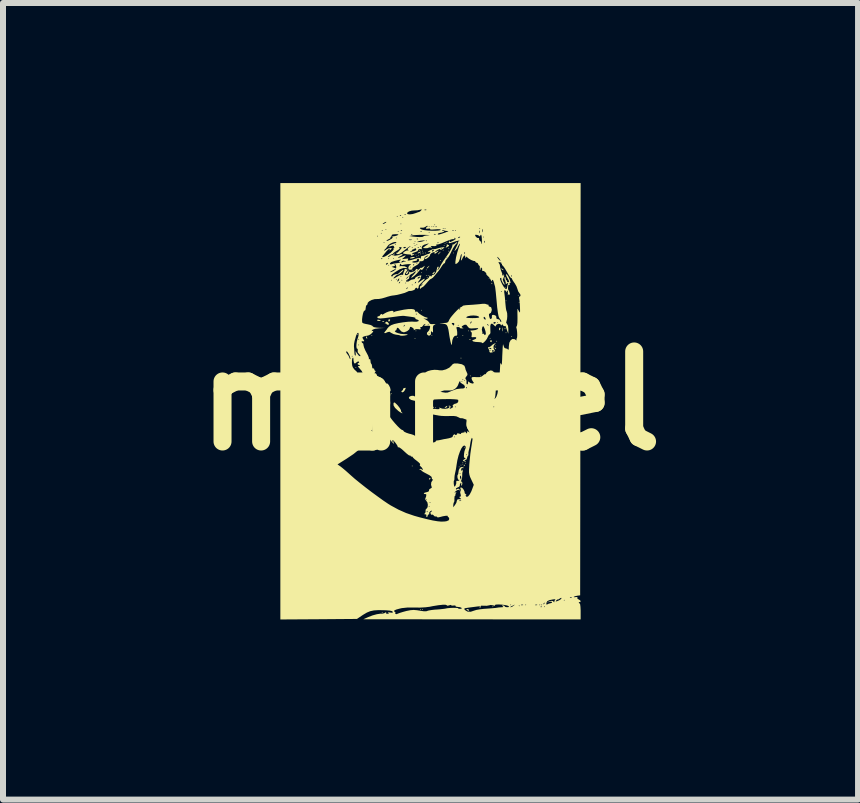
<source format=kicad_pcb>
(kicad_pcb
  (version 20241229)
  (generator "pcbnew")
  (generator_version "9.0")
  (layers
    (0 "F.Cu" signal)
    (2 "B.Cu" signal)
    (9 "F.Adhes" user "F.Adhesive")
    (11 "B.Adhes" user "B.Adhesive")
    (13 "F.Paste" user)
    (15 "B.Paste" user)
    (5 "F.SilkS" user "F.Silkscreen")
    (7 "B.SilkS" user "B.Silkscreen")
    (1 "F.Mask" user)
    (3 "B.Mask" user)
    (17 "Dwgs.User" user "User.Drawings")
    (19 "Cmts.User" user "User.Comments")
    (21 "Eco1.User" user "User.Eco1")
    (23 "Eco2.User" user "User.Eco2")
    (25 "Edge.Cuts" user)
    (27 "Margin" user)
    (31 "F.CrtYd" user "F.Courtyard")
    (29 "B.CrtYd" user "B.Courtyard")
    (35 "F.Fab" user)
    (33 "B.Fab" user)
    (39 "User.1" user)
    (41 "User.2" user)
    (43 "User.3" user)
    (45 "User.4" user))
  (footprint "marcel"
    (layer "F.Cu")
    (at 4.121 3.626)
    (property "Reference" "marcel" (at 0 0 0) (layer "F.SilkS") (effects (font (size 1.5 1.5) (thickness 0.3))))
    (attr board_only exclude_from_pos_files exclude_from_bom)
    (fp_poly (pts (xy -1.235 -0.555) (xy -1.243 -0.547) (xy -1.25 -0.555) (xy -1.243 -0.563)) (stroke (width 0) (type solid)) (fill yes) (layer "F.SilkS"))
    (fp_poly (pts (xy -1.204 -1.102) (xy -1.211 -1.094) (xy -1.219 -1.102) (xy -1.211 -1.11)) (stroke (width 0) (type solid)) (fill yes) (layer "F.SilkS"))
    (fp_poly (pts (xy -0.969 -1.086) (xy -0.977 -1.079) (xy -0.985 -1.086) (xy -0.977 -1.094)) (stroke (width 0) (type solid)) (fill yes) (layer "F.SilkS"))
    (fp_poly (pts (xy -0.922 0.352) (xy -0.93 0.36) (xy -0.938 0.352) (xy -0.93 0.344)) (stroke (width 0) (type solid)) (fill yes) (layer "F.SilkS"))
    (fp_poly (pts (xy -0.86 -0.227) (xy -0.868 -0.219) (xy -0.875 -0.227) (xy -0.868 -0.234)) (stroke (width 0) (type solid)) (fill yes) (layer "F.SilkS"))
    (fp_poly (pts (xy -0.828 -0.336) (xy -0.836 -0.328) (xy -0.844 -0.336) (xy -0.836 -0.344)) (stroke (width 0) (type solid)) (fill yes) (layer "F.SilkS"))
    (fp_poly (pts (xy -0.797 -0.242) (xy -0.805 -0.234) (xy -0.813 -0.242) (xy -0.805 -0.25)) (stroke (width 0) (type solid)) (fill yes) (layer "F.SilkS"))
    (fp_poly (pts (xy -0.797 -0.211) (xy -0.805 -0.203) (xy -0.813 -0.211) (xy -0.805 -0.219)) (stroke (width 0) (type solid)) (fill yes) (layer "F.SilkS"))
    (fp_poly (pts (xy -0.797 3.525) (xy -0.805 3.533) (xy -0.813 3.525) (xy -0.805 3.517)) (stroke (width 0) (type solid)) (fill yes) (layer "F.SilkS"))
    (fp_poly (pts (xy -0.782 -0.32) (xy -0.789 -0.313) (xy -0.797 -0.32) (xy -0.789 -0.328)) (stroke (width 0) (type solid)) (fill yes) (layer "F.SilkS"))
    (fp_poly (pts (xy -0.641 -0.117) (xy -0.649 -0.109) (xy -0.656 -0.117) (xy -0.649 -0.125)) (stroke (width 0) (type solid)) (fill yes) (layer "F.SilkS"))
    (fp_poly (pts (xy -0.61 -2.54) (xy -0.617 -2.532) (xy -0.625 -2.54) (xy -0.617 -2.548)) (stroke (width 0) (type solid)) (fill yes) (layer "F.SilkS"))
    (fp_poly (pts (xy -0.375 -1.993) (xy -0.383 -1.985) (xy -0.391 -1.993) (xy -0.383 -2.001)) (stroke (width 0) (type solid)) (fill yes) (layer "F.SilkS"))
    (fp_poly (pts (xy -0.297 -2.165) (xy -0.305 -2.157) (xy -0.313 -2.165) (xy -0.305 -2.173)) (stroke (width 0) (type solid)) (fill yes) (layer "F.SilkS"))
    (fp_poly (pts (xy -0.297 1.086) (xy -0.305 1.094) (xy -0.313 1.086) (xy -0.305 1.079)) (stroke (width 0) (type solid)) (fill yes) (layer "F.SilkS"))
    (fp_poly (pts (xy -0.25 -1.039) (xy -0.258 -1.032) (xy -0.266 -1.039) (xy -0.258 -1.047)) (stroke (width 0) (type solid)) (fill yes) (layer "F.SilkS"))
    (fp_poly (pts (xy -0.234 -2.431) (xy -0.242 -2.423) (xy -0.25 -2.431) (xy -0.242 -2.438)) (stroke (width 0) (type solid)) (fill yes) (layer "F.SilkS"))
    (fp_poly (pts (xy -0.234 -1.164) (xy -0.242 -1.157) (xy -0.25 -1.164) (xy -0.242 -1.172)) (stroke (width 0) (type solid)) (fill yes) (layer "F.SilkS"))
    (fp_poly (pts (xy -0.219 -2.399) (xy -0.227 -2.392) (xy -0.234 -2.399) (xy -0.227 -2.407)) (stroke (width 0) (type solid)) (fill yes) (layer "F.SilkS"))
    (fp_poly (pts (xy -0.188 -2.415) (xy -0.195 -2.407) (xy -0.203 -2.415) (xy -0.195 -2.423)) (stroke (width 0) (type solid)) (fill yes) (layer "F.SilkS"))
    (fp_poly (pts (xy -0.172 -2.509) (xy -0.18 -2.501) (xy -0.188 -2.509) (xy -0.18 -2.517)) (stroke (width 0) (type solid)) (fill yes) (layer "F.SilkS"))
    (fp_poly (pts (xy -0.156 -2.446) (xy -0.164 -2.438) (xy -0.172 -2.446) (xy -0.164 -2.454)) (stroke (width 0) (type solid)) (fill yes) (layer "F.SilkS"))
    (fp_poly (pts (xy -0.156 3.478) (xy -0.164 3.486) (xy -0.172 3.478) (xy -0.164 3.47)) (stroke (width 0) (type solid)) (fill yes) (layer "F.SilkS"))
    (fp_poly (pts (xy -0.141 -2.134) (xy -0.148 -2.126) (xy -0.156 -2.134) (xy -0.148 -2.141)) (stroke (width 0) (type solid)) (fill yes) (layer "F.SilkS"))
    (fp_poly (pts (xy -0.141 -1.508) (xy -0.148 -1.501) (xy -0.156 -1.508) (xy -0.148 -1.516)) (stroke (width 0) (type solid)) (fill yes) (layer "F.SilkS"))
    (fp_poly (pts (xy -0.125 -2.493) (xy -0.133 -2.485) (xy -0.141 -2.493) (xy -0.133 -2.501)) (stroke (width 0) (type solid)) (fill yes) (layer "F.SilkS"))
    (fp_poly (pts (xy -0.125 3.478) (xy -0.133 3.486) (xy -0.141 3.478) (xy -0.133 3.47)) (stroke (width 0) (type solid)) (fill yes) (layer "F.SilkS"))
    (fp_poly (pts (xy -0.078 -2.462) (xy -0.086 -2.454) (xy -0.094 -2.462) (xy -0.086 -2.47)) (stroke (width 0) (type solid)) (fill yes) (layer "F.SilkS"))
    (fp_poly (pts (xy -0.063 -2.18) (xy -0.07 -2.173) (xy -0.078 -2.18) (xy -0.07 -2.188)) (stroke (width 0) (type solid)) (fill yes) (layer "F.SilkS"))
    (fp_poly (pts (xy -0.063 -2.087) (xy -0.07 -2.079) (xy -0.078 -2.087) (xy -0.07 -2.095)) (stroke (width 0) (type solid)) (fill yes) (layer "F.SilkS"))
    (fp_poly (pts (xy -0.047 -2.055) (xy -0.055 -2.048) (xy -0.063 -2.055) (xy -0.055 -2.063)) (stroke (width 0) (type solid)) (fill yes) (layer "F.SilkS"))
    (fp_poly (pts (xy -0.031 -2.087) (xy -0.039 -2.079) (xy -0.047 -2.087) (xy -0.039 -2.095)) (stroke (width 0) (type solid)) (fill yes) (layer "F.SilkS"))
    (fp_poly (pts (xy 0.016 0.102) (xy 0.008 0.109) (xy 0 0.102) (xy 0.008 0.094)) (stroke (width 0) (type solid)) (fill yes) (layer "F.SilkS"))
    (fp_poly (pts (xy 0.031 -1.086) (xy 0.023 -1.079) (xy 0.016 -1.086) (xy 0.023 -1.094)) (stroke (width 0) (type solid)) (fill yes) (layer "F.SilkS"))
    (fp_poly (pts (xy 0.031 0.664) (xy 0.023 0.672) (xy 0.016 0.664) (xy 0.023 0.656)) (stroke (width 0) (type solid)) (fill yes) (layer "F.SilkS"))
    (fp_poly (pts (xy 0.094 0.117) (xy 0.086 0.125) (xy 0.078 0.117) (xy 0.086 0.109)) (stroke (width 0) (type solid)) (fill yes) (layer "F.SilkS"))
    (fp_poly (pts (xy 0.172 -2.337) (xy 0.164 -2.329) (xy 0.156 -2.337) (xy 0.164 -2.345)) (stroke (width 0) (type solid)) (fill yes) (layer "F.SilkS"))
    (fp_poly (pts (xy 0.219 -2.509) (xy 0.211 -2.501) (xy 0.203 -2.509) (xy 0.211 -2.517)) (stroke (width 0) (type solid)) (fill yes) (layer "F.SilkS"))
    (fp_poly (pts (xy 0.234 -2.587) (xy 0.227 -2.579) (xy 0.219 -2.587) (xy 0.227 -2.595)) (stroke (width 0) (type solid)) (fill yes) (layer "F.SilkS"))
    (fp_poly (pts (xy 0.25 -2.618) (xy 0.242 -2.61) (xy 0.234 -2.618) (xy 0.242 -2.626)) (stroke (width 0) (type solid)) (fill yes) (layer "F.SilkS"))
    (fp_poly (pts (xy 0.281 -2.634) (xy 0.274 -2.626) (xy 0.266 -2.634) (xy 0.274 -2.642)) (stroke (width 0) (type solid)) (fill yes) (layer "F.SilkS"))
    (fp_poly (pts (xy 0.313 -2.54) (xy 0.305 -2.532) (xy 0.297 -2.54) (xy 0.305 -2.548)) (stroke (width 0) (type solid)) (fill yes) (layer "F.SilkS"))
    (fp_poly (pts (xy 0.313 -2.493) (xy 0.305 -2.485) (xy 0.297 -2.493) (xy 0.305 -2.501)) (stroke (width 0) (type solid)) (fill yes) (layer "F.SilkS"))
    (fp_poly (pts (xy 0.391 -2.462) (xy 0.383 -2.454) (xy 0.375 -2.462) (xy 0.383 -2.47)) (stroke (width 0) (type solid)) (fill yes) (layer "F.SilkS"))
    (fp_poly (pts (xy 0.453 -1.055) (xy 0.445 -1.047) (xy 0.438 -1.055) (xy 0.445 -1.063)) (stroke (width 0) (type solid)) (fill yes) (layer "F.SilkS"))
    (fp_poly (pts (xy 0.485 1.102) (xy 0.477 1.11) (xy 0.469 1.102) (xy 0.477 1.094)) (stroke (width 0) (type solid)) (fill yes) (layer "F.SilkS"))
    (fp_poly (pts (xy 0.516 -0.711) (xy 0.508 -0.703) (xy 0.5 -0.711) (xy 0.508 -0.719)) (stroke (width 0) (type solid)) (fill yes) (layer "F.SilkS"))
    (fp_poly (pts (xy 0.516 1.071) (xy 0.508 1.079) (xy 0.5 1.071) (xy 0.508 1.063)) (stroke (width 0) (type solid)) (fill yes) (layer "F.SilkS"))
    (fp_poly (pts (xy 0.547 -1.086) (xy 0.539 -1.079) (xy 0.531 -1.086) (xy 0.539 -1.094)) (stroke (width 0) (type solid)) (fill yes) (layer "F.SilkS"))
    (fp_poly (pts (xy 0.547 1.024) (xy 0.539 1.032) (xy 0.531 1.024) (xy 0.539 1.016)) (stroke (width 0) (type solid)) (fill yes) (layer "F.SilkS"))
    (fp_poly (pts (xy 0.547 1.055) (xy 0.539 1.063) (xy 0.531 1.055) (xy 0.539 1.047)) (stroke (width 0) (type solid)) (fill yes) (layer "F.SilkS"))
    (fp_poly (pts (xy 0.578 0.774) (xy 0.571 0.782) (xy 0.563 0.774) (xy 0.571 0.766)) (stroke (width 0) (type solid)) (fill yes) (layer "F.SilkS"))
    (fp_poly (pts (xy 0.594 1.039) (xy 0.586 1.047) (xy 0.578 1.039) (xy 0.586 1.032)) (stroke (width 0) (type solid)) (fill yes) (layer "F.SilkS"))
    (fp_poly (pts (xy 0.641 -1.164) (xy 0.633 -1.157) (xy 0.625 -1.164) (xy 0.633 -1.172)) (stroke (width 0) (type solid)) (fill yes) (layer "F.SilkS"))
    (fp_poly (pts (xy 0.672 -0.414) (xy 0.664 -0.406) (xy 0.656 -0.414) (xy 0.664 -0.422)) (stroke (width 0) (type solid)) (fill yes) (layer "F.SilkS"))
    (fp_poly (pts (xy 0.719 0.289) (xy 0.711 0.297) (xy 0.703 0.289) (xy 0.711 0.281)) (stroke (width 0) (type solid)) (fill yes) (layer "F.SilkS"))
    (fp_poly (pts (xy 0.719 0.461) (xy 0.711 0.469) (xy 0.703 0.461) (xy 0.711 0.453)) (stroke (width 0) (type solid)) (fill yes) (layer "F.SilkS"))
    (fp_poly (pts (xy 0.75 0.32) (xy 0.742 0.328) (xy 0.735 0.32) (xy 0.742 0.313)) (stroke (width 0) (type solid)) (fill yes) (layer "F.SilkS"))
    (fp_poly (pts (xy 0.844 -0.414) (xy 0.836 -0.406) (xy 0.828 -0.414) (xy 0.836 -0.422)) (stroke (width 0) (type solid)) (fill yes) (layer "F.SilkS"))
    (fp_poly (pts (xy 0.985 -2.04) (xy 0.977 -2.032) (xy 0.969 -2.04) (xy 0.977 -2.048)) (stroke (width 0) (type solid)) (fill yes) (layer "F.SilkS"))
    (fp_poly (pts (xy 1 -1.039) (xy 0.993 -1.032) (xy 0.985 -1.039) (xy 0.993 -1.047)) (stroke (width 0) (type solid)) (fill yes) (layer "F.SilkS"))
    (fp_poly (pts (xy 1.047 3.431) (xy 1.039 3.439) (xy 1.032 3.431) (xy 1.039 3.423)) (stroke (width 0) (type solid)) (fill yes) (layer "F.SilkS"))
    (fp_poly (pts (xy 1.094 -0.914) (xy 1.086 -0.907) (xy 1.079 -0.914) (xy 1.086 -0.922)) (stroke (width 0) (type solid)) (fill yes) (layer "F.SilkS"))
    (fp_poly (pts (xy 1.094 -0.445) (xy 1.086 -0.438) (xy 1.079 -0.445) (xy 1.086 -0.453)) (stroke (width 0) (type solid)) (fill yes) (layer "F.SilkS"))
    (fp_poly (pts (xy 1.11 -0.993) (xy 1.102 -0.985) (xy 1.094 -0.993) (xy 1.102 -1)) (stroke (width 0) (type solid)) (fill yes) (layer "F.SilkS"))
    (fp_poly (pts (xy 1.188 -2.29) (xy 1.18 -2.282) (xy 1.172 -2.29) (xy 1.18 -2.298)) (stroke (width 0) (type solid)) (fill yes) (layer "F.SilkS"))
    (fp_poly (pts (xy 1.25 -1.884) (xy 1.243 -1.876) (xy 1.235 -1.884) (xy 1.243 -1.891)) (stroke (width 0) (type solid)) (fill yes) (layer "F.SilkS"))
    (fp_poly (pts (xy 1.266 -1.665) (xy 1.258 -1.657) (xy 1.25 -1.665) (xy 1.258 -1.672)) (stroke (width 0) (type solid)) (fill yes) (layer "F.SilkS"))
    (fp_poly (pts (xy 1.266 -1.133) (xy 1.258 -1.125) (xy 1.25 -1.133) (xy 1.258 -1.141)) (stroke (width 0) (type solid)) (fill yes) (layer "F.SilkS"))
    (fp_poly (pts (xy 1.36 -1.071) (xy 1.352 -1.063) (xy 1.344 -1.071) (xy 1.352 -1.079)) (stroke (width 0) (type solid)) (fill yes) (layer "F.SilkS"))
    (fp_poly (pts (xy 1.469 -1.758) (xy 1.461 -1.751) (xy 1.454 -1.758) (xy 1.461 -1.766)) (stroke (width 0) (type solid)) (fill yes) (layer "F.SilkS"))
    (fp_poly (pts (xy 1.485 -1.633) (xy 1.477 -1.626) (xy 1.469 -1.633) (xy 1.477 -1.641)) (stroke (width 0) (type solid)) (fill yes) (layer "F.SilkS"))
    (fp_poly (pts (xy -0.818 -0.276) (xy -0.82 -0.267) (xy -0.828 -0.266) (xy -0.841 -0.271) (xy -0.839 -0.276) (xy -0.82 -0.278)) (stroke (width 0) (type solid)) (fill yes) (layer "F.SilkS"))
    (fp_poly (pts (xy -0.77 -1.322) (xy -0.775 -1.315) (xy -0.791 -1.314) (xy -0.807 -1.318) (xy -0.8 -1.324) (xy -0.776 -1.326)) (stroke (width 0) (type solid)) (fill yes) (layer "F.SilkS"))
    (fp_poly (pts (xy -0.115 -2.464) (xy -0.117 -2.455) (xy -0.125 -2.454) (xy -0.138 -2.46) (xy -0.135 -2.464) (xy -0.117 -2.466)) (stroke (width 0) (type solid)) (fill yes) (layer "F.SilkS"))
    (fp_poly (pts (xy -0.052 0.115) (xy -0.05 0.133) (xy -0.052 0.135) (xy -0.061 0.133) (xy -0.063 0.125) (xy -0.057 0.112)) (stroke (width 0) (type solid)) (fill yes) (layer "F.SilkS"))
    (fp_poly (pts (xy 0.057 0.099) (xy 0.059 0.118) (xy 0.057 0.12) (xy 0.048 0.118) (xy 0.047 0.109) (xy 0.053 0.097)) (stroke (width 0) (type solid)) (fill yes) (layer "F.SilkS"))
    (fp_poly (pts (xy 0.667 -1.026) (xy 0.665 -1.017) (xy 0.656 -1.016) (xy 0.644 -1.022) (xy 0.646 -1.026) (xy 0.665 -1.028)) (stroke (width 0) (type solid)) (fill yes) (layer "F.SilkS"))
    (fp_poly (pts (xy 1.026 -1.964) (xy 1.028 -1.946) (xy 1.026 -1.943) (xy 1.017 -1.946) (xy 1.016 -1.954) (xy 1.022 -1.967)) (stroke (width 0) (type solid)) (fill yes) (layer "F.SilkS"))
    (fp_poly (pts (xy 1.245 -1.214) (xy 1.247 -1.195) (xy 1.245 -1.193) (xy 1.236 -1.195) (xy 1.235 -1.204) (xy 1.241 -1.216)) (stroke (width 0) (type solid)) (fill yes) (layer "F.SilkS"))
    (fp_poly (pts (xy -1.063 -1.067) (xy -1.057 -1.056) (xy -1.053 -1.034) (xy -1.064 -1.038) (xy -1.071 -1.048) (xy -1.076 -1.069) (xy -1.074 -1.072)) (stroke (width 0) (type solid)) (fill yes) (layer "F.SilkS"))
    (fp_poly (pts (xy -0.891 -0.301) (xy -0.886 -0.29) (xy -0.882 -0.268) (xy -0.892 -0.272) (xy -0.899 -0.282) (xy -0.904 -0.303) (xy -0.902 -0.307)) (stroke (width 0) (type solid)) (fill yes) (layer "F.SilkS"))
    (fp_poly (pts (xy 1.076 -0.885) (xy 1.093 -0.87) (xy 1.094 -0.867) (xy 1.087 -0.86) (xy 1.071 -0.875) (xy 1.069 -0.878) (xy 1.067 -0.888)) (stroke (width 0) (type solid)) (fill yes) (layer "F.SilkS"))
    (fp_poly (pts (xy 1.208 -2.193) (xy 1.211 -2.188) (xy 1.217 -2.174) (xy 1.202 -2.18) (xy 1.188 -2.188) (xy 1.176 -2.201) (xy 1.183 -2.204)) (stroke (width 0) (type solid)) (fill yes) (layer "F.SilkS"))
    (fp_poly (pts (xy -0.86 -1.349) (xy -0.834 -1.34) (xy -0.828 -1.335) (xy -0.842 -1.33) (xy -0.86 -1.329) (xy -0.885 -1.335) (xy -0.891 -1.343) (xy -0.879 -1.351)) (stroke (width 0) (type solid)) (fill yes) (layer "F.SilkS"))
    (fp_poly (pts (xy -0.673 -1.349) (xy -0.672 -1.345) (xy -0.683 -1.324) (xy -0.688 -1.321) (xy -0.701 -1.324) (xy -0.703 -1.336) (xy -0.695 -1.357) (xy -0.688 -1.36)) (stroke (width 0) (type solid)) (fill yes) (layer "F.SilkS"))
    (fp_poly (pts (xy -0.599 -2.444) (xy -0.602 -2.438) (xy -0.617 -2.423) (xy -0.619 -2.423) (xy -0.62 -2.433) (xy -0.617 -2.438) (xy -0.603 -2.453) (xy -0.6 -2.454)) (stroke (width 0) (type solid)) (fill yes) (layer "F.SilkS"))
    (fp_poly (pts (xy -0.161 -2.478) (xy -0.172 -2.47) (xy -0.2 -2.456) (xy -0.211 -2.455) (xy -0.214 -2.461) (xy -0.203 -2.47) (xy -0.175 -2.483) (xy -0.164 -2.485)) (stroke (width 0) (type solid)) (fill yes) (layer "F.SilkS"))
    (fp_poly (pts (xy -0.076 0.025) (xy -0.063 0.046) (xy -0.063 0.048) (xy -0.073 0.062) (xy -0.076 0.063) (xy -0.087 0.05) (xy -0.089 0.04) (xy -0.082 0.024)) (stroke (width 0) (type solid)) (fill yes) (layer "F.SilkS"))
    (fp_poly (pts (xy -0.021 -2.243) (xy -0.029 -2.231) (xy -0.052 -2.207) (xy -0.062 -2.207) (xy -0.063 -2.21) (xy -0.052 -2.223) (xy -0.035 -2.237) (xy -0.017 -2.251)) (stroke (width 0) (type solid)) (fill yes) (layer "F.SilkS"))
    (fp_poly (pts (xy -0.00018 1.294) (xy 0 1.297) (xy -0.012 1.312) (xy -0.017 1.313) (xy -0.026 1.303) (xy -0.023 1.297) (xy -0.009 1.282) (xy -0.007 1.282)) (stroke (width 0) (type solid)) (fill yes) (layer "F.SilkS"))
    (fp_poly (pts (xy 0.071 -2.141) (xy 0.069 -2.136) (xy 0.055 -2.117) (xy 0.038 -2.108) (xy 0.031 -2.116) (xy 0.042 -2.13) (xy 0.055 -2.142) (xy 0.072 -2.153)) (stroke (width 0) (type solid)) (fill yes) (layer "F.SilkS"))
    (fp_poly (pts (xy 0.167 -2.477) (xy 0.158 -2.466) (xy 0.135 -2.441) (xy 0.125 -2.442) (xy 0.125 -2.444) (xy 0.136 -2.457) (xy 0.152 -2.472) (xy 0.171 -2.485)) (stroke (width 0) (type solid)) (fill yes) (layer "F.SilkS"))
    (fp_poly (pts (xy 0.281 0.09) (xy 0.269 0.109) (xy 0.258 0.115) (xy 0.238 0.12) (xy 0.234 0.119) (xy 0.245 0.106) (xy 0.258 0.094) (xy 0.277 0.084)) (stroke (width 0) (type solid)) (fill yes) (layer "F.SilkS"))
    (fp_poly (pts (xy 0.573 1.073) (xy 0.571 1.079) (xy 0.556 1.093) (xy 0.553 1.094) (xy 0.552 1.084) (xy 0.555 1.079) (xy 0.57 1.064) (xy 0.572 1.063)) (stroke (width 0) (type solid)) (fill yes) (layer "F.SilkS"))
    (fp_poly (pts (xy 0.637 3.477) (xy 0.641 3.486) (xy 0.638 3.499) (xy 0.625 3.495) (xy 0.61 3.486) (xy 0.595 3.474) (xy 0.61 3.47) (xy 0.614 3.47)) (stroke (width 0) (type solid)) (fill yes) (layer "F.SilkS"))
    (fp_poly (pts (xy 1.165 -1.208) (xy 1.162 -1.196) (xy 1.151 -1.175) (xy 1.147 -1.172) (xy 1.142 -1.185) (xy 1.141 -1.196) (xy 1.149 -1.217) (xy 1.156 -1.219)) (stroke (width 0) (type solid)) (fill yes) (layer "F.SilkS"))
    (fp_poly (pts (xy 1.199 -1.215) (xy 1.201 -1.176) (xy 1.199 -1.161) (xy 1.194 -1.156) (xy 1.192 -1.177) (xy 1.192 -1.188) (xy 1.193 -1.216) (xy 1.197 -1.22)) (stroke (width 0) (type solid)) (fill yes) (layer "F.SilkS"))
    (fp_poly (pts (xy -0.366 -2.16) (xy -0.371 -2.141) (xy -0.386 -2.116) (xy -0.4 -2.11) (xy -0.412 -2.116) (xy -0.4 -2.135) (xy -0.395 -2.141) (xy -0.374 -2.165) (xy -0.365 -2.173)) (stroke (width 0) (type solid)) (fill yes) (layer "F.SilkS"))
    (fp_poly (pts (xy -0.258 -2.391) (xy -0.259 -2.391) (xy -0.276 -2.38) (xy -0.306 -2.372) (xy -0.333 -2.37) (xy -0.344 -2.376) (xy -0.33 -2.387) (xy -0.298 -2.395) (xy -0.268 -2.396)) (stroke (width 0) (type solid)) (fill yes) (layer "F.SilkS"))
    (fp_poly (pts (xy 0.286 -2.602) (xy 0.309 -2.59) (xy 0.306 -2.578) (xy 0.277 -2.561) (xy 0.254 -2.55) (xy 0.254 -2.556) (xy 0.262 -2.566) (xy 0.273 -2.59) (xy 0.27 -2.601) (xy 0.272 -2.606)) (stroke (width 0) (type solid)) (fill yes) (layer "F.SilkS"))
    (fp_poly (pts (xy -0.872 -0.363) (xy -0.869 -0.343) (xy -0.856 -0.322) (xy -0.844 -0.312) (xy -0.828 -0.3) (xy -0.84 -0.298) (xy -0.844 -0.298) (xy -0.874 -0.309) (xy -0.885 -0.319) (xy -0.895 -0.349) (xy -0.89 -0.361) (xy -0.878 -0.374)) (stroke (width 0) (type solid)) (fill yes) (layer "F.SilkS"))
    (fp_poly (pts (xy -0.714 -1.31) (xy -0.71 -1.306) (xy -0.69 -1.28) (xy -0.697 -1.268) (xy -0.711 -1.266) (xy -0.732 -1.275) (xy -0.735 -1.283) (xy -0.745 -1.291) (xy -0.754 -1.287) (xy -0.764 -1.285) (xy -0.753 -1.302) (xy -0.733 -1.319)) (stroke (width 0) (type solid)) (fill yes) (layer "F.SilkS"))
    (fp_poly (pts (xy -0.413 -0.209) (xy -0.425 -0.18) (xy -0.444 -0.153) (xy -0.466 -0.14) (xy -0.482 -0.146) (xy -0.485 -0.156) (xy -0.473 -0.171) (xy -0.468 -0.172) (xy -0.458 -0.181) (xy -0.46 -0.186) (xy -0.456 -0.202) (xy -0.444 -0.209) (xy -0.418 -0.217)) (stroke (width 0) (type solid)) (fill yes) (layer "F.SilkS"))
    (fp_poly (pts (xy 1.019 -1.006) (xy 1.023 -1.002) (xy 1.021 -0.981) (xy 1.017 -0.978) (xy 0.997 -0.979) (xy 0.993 -0.983) (xy 0.994 -0.993) (xy 1 -0.993) (xy 1.008 -0.985) (xy 1.016 -0.993) (xy 1.008 -1) (xy 1 -0.993) (xy 0.994 -0.993) (xy 0.995 -1.004) (xy 0.999 -1.007)) (stroke (width 0) (type solid)) (fill yes) (layer "F.SilkS"))
    (fp_poly (pts (xy -0.59 0.034) (xy -0.561 0.061) (xy -0.544 0.079) (xy -0.513 0.119) (xy -0.494 0.152) (xy -0.491 0.166) (xy -0.487 0.188) (xy -0.48 0.192) (xy -0.467 0.204) (xy -0.469 0.208) (xy -0.484 0.204) (xy -0.515 0.184) (xy -0.536 0.169) (xy -0.589 0.12) (xy -0.615 0.078) (xy -0.616 0.042) (xy -0.615 0.038) (xy -0.606 0.027)) (stroke (width 0) (type solid)) (fill yes) (layer "F.SilkS"))
    (fp_poly (pts (xy -0.752 -0.304) (xy -0.75 -0.298) (xy -0.739 -0.288) (xy -0.73 -0.29) (xy -0.711 -0.283) (xy -0.691 -0.256) (xy -0.673 -0.219) (xy -0.665 -0.183) (xy -0.666 -0.164) (xy -0.682 -0.144) (xy -0.698 -0.144) (xy -0.704 -0.16) (xy -0.709 -0.168) (xy -0.719 -0.156) (xy -0.731 -0.142) (xy -0.734 -0.156) (xy -0.734 -0.159) (xy -0.745 -0.193) (xy -0.754 -0.206) (xy -0.773 -0.238) (xy -0.779 -0.275) (xy -0.77 -0.301) (xy -0.767 -0.304)) (stroke (width 0) (type solid)) (fill yes) (layer "F.SilkS"))
    (fp_poly (pts (xy 1.088 -0.96) (xy 1.075 -0.949) (xy 1.051 -0.914) (xy 1.05 -0.874) (xy 1.064 -0.849) (xy 1.072 -0.83) (xy 1.06 -0.819) (xy 1.026 -0.805) (xy 0.996 -0.802) (xy 0.983 -0.813) (xy 0.979 -0.836) (xy 0.985 -0.836) (xy 0.993 -0.828) (xy 1 -0.836) (xy 1 -0.837) (xy 1.023 -0.837) (xy 1.024 -0.828) (xy 1.037 -0.814) (xy 1.039 -0.813) (xy 1.052 -0.824) (xy 1.055 -0.828) (xy 1.051 -0.842) (xy 1.039 -0.844) (xy 1.023 -0.837) (xy 1 -0.837) (xy 0.993 -0.844) (xy 0.985 -0.836) (xy 0.979 -0.836) (xy 0.977 -0.845) (xy 0.966 -0.869) (xy 0.964 -0.871) (xy 0.96 -0.882) (xy 0.976 -0.882) (xy 0.977 -0.875) (xy 0.994 -0.862) (xy 1.012 -0.86) (xy 1.016 -0.866) (xy 1.004 -0.876) (xy 0.992 -0.881) (xy 0.976 -0.882) (xy 0.96 -0.882) (xy 0.957 -0.888) (xy 0.972 -0.895) (xy 0.985 -0.897) (xy 1.008 -0.91) (xy 1.013 -0.916) (xy 1.034 -0.935) (xy 1.063 -0.952) (xy 1.088 -0.963)) (stroke (width 0) (type solid)) (fill yes) (layer "F.SilkS"))
    (fp_poly (pts (xy 0.446 -2.633) (xy 0.427 -2.614) (xy 0.427 -2.614) (xy 0.404 -2.586) (xy 0.375 -2.54) (xy 0.347 -2.484) (xy 0.347 -2.483) (xy 0.321 -2.43) (xy 0.295 -2.388) (xy 0.275 -2.365) (xy 0.275 -2.365) (xy 0.252 -2.338) (xy 0.246 -2.317) (xy 0.24 -2.294) (xy 0.233 -2.291) (xy 0.219 -2.283) (xy 0.197 -2.256) (xy 0.186 -2.239) (xy 0.159 -2.197) (xy 0.135 -2.163) (xy 0.13 -2.157) (xy 0.107 -2.13) (xy 0.076 -2.092) (xy 0.069 -2.083) (xy 0.04 -2.051) (xy 0.015 -2.033) (xy 0.01 -2.032) (xy -0.009 -2.021) (xy -0.038 -1.991) (xy -0.063 -1.962) (xy -0.096 -1.924) (xy -0.123 -1.898) (xy -0.135 -1.892) (xy -0.157 -1.879) (xy -0.162 -1.872) (xy -0.17 -1.861) (xy -0.173 -1.864) (xy -0.177 -1.895) (xy -0.169 -1.916) (xy -0.169 -1.907) (xy -0.166 -1.907) (xy -0.153 -1.918) (xy -0.139 -1.934) (xy -0.125 -1.953) (xy -0.133 -1.949) (xy -0.145 -1.94) (xy -0.168 -1.918) (xy -0.166 -1.924) (xy -0.137 -1.959) (xy -0.123 -1.973) (xy -0.087 -2.006) (xy -0.059 -2.028) (xy -0.049 -2.032) (xy -0.032 -2.045) (xy -0.023 -2.065) (xy -0.012 -2.087) (xy -0.001 -2.08) (xy 0.001 -2.077) (xy 0.013 -2.065) (xy 0.015 -2.075) (xy 0.028 -2.093) (xy 0.037 -2.095) (xy 0.069 -2.109) (xy 0.094 -2.148) (xy 0.103 -2.183) (xy 0.113 -2.223) (xy 0.125 -2.236) (xy 0.135 -2.23) (xy 0.135 -2.212) (xy 0.123 -2.193) (xy 0.112 -2.176) (xy 0.121 -2.179) (xy 0.141 -2.2) (xy 0.161 -2.237) (xy 0.162 -2.241) (xy 0.183 -2.28) (xy 0.215 -2.332) (xy 0.252 -2.384) (xy 0.266 -2.384) (xy 0.274 -2.376) (xy 0.281 -2.384) (xy 0.274 -2.392) (xy 0.266 -2.384) (xy 0.252 -2.384) (xy 0.252 -2.385) (xy 0.296 -2.448) (xy 0.332 -2.506) (xy 0.356 -2.554) (xy 0.366 -2.587) (xy 0.363 -2.599) (xy 0.363 -2.602) (xy 0.37 -2.601) (xy 0.394 -2.608) (xy 0.407 -2.619) (xy 0.432 -2.638) (xy 0.443 -2.641)) (stroke (width 0) (type solid)) (fill yes) (layer "F.SilkS"))
    (fp_poly (pts (xy -0.274 -1.522) (xy -0.258 -1.507) (xy -0.258 -1.506) (xy -0.249 -1.479) (xy -0.246 -1.476) (xy -0.236 -1.477) (xy -0.234 -1.486) (xy -0.228 -1.493) (xy -0.212 -1.475) (xy -0.186 -1.45) (xy -0.147 -1.424) (xy -0.105 -1.401) (xy -0.071 -1.388) (xy -0.059 -1.388) (xy -0.047 -1.379) (xy -0.047 -1.375) (xy -0.06 -1.366) (xy -0.09 -1.368) (xy -0.114 -1.372) (xy -0.113 -1.369) (xy -0.084 -1.355) (xy -0.081 -1.353) (xy -0.044 -1.33) (xy -0.022 -1.304) (xy -0.021 -1.301) (xy -0.008 -1.282) (xy 0.022 -1.276) (xy 0.044 -1.277) (xy 0.078 -1.279) (xy 0.083 -1.275) (xy 0.069 -1.268) (xy 0.048 -1.253) (xy 0.04 -1.226) (xy 0.041 -1.186) (xy 0.042 -1.149) (xy 0.039 -1.134) (xy 0.037 -1.137) (xy 0.021 -1.155) (xy 0.015 -1.157) (xy 0.006 -1.145) (xy 0.008 -1.137) (xy 0.007 -1.106) (xy -0.013 -1.087) (xy -0.036 -1.087) (xy -0.06 -1.109) (xy -0.059 -1.118) (xy -0.031 -1.118) (xy -0.023 -1.11) (xy -0.016 -1.118) (xy -0.023 -1.125) (xy -0.031 -1.118) (xy -0.059 -1.118) (xy -0.057 -1.136) (xy -0.041 -1.152) (xy -0.022 -1.175) (xy -0.01 -1.209) (xy -0.005 -1.24) (xy -0.017 -1.25) (xy -0.042 -1.25) (xy -0.088 -1.248) (xy -0.106 -1.252) (xy -0.099 -1.263) (xy -0.094 -1.266) (xy -0.086 -1.274) (xy -0.047 -1.274) (xy -0.039 -1.266) (xy -0.031 -1.274) (xy -0.039 -1.282) (xy -0.047 -1.274) (xy -0.086 -1.274) (xy -0.081 -1.279) (xy -0.089 -1.281) (xy -0.111 -1.269) (xy -0.125 -1.25) (xy -0.145 -1.229) (xy -0.16 -1.229) (xy -0.171 -1.229) (xy -0.166 -1.212) (xy -0.163 -1.193) (xy -0.179 -1.189) (xy -0.201 -1.193) (xy -0.242 -1.193) (xy -0.267 -1.183) (xy -0.28 -1.174) (xy -0.277 -1.179) (xy -0.279 -1.198) (xy -0.293 -1.213) (xy -0.326 -1.232) (xy -0.342 -1.227) (xy -0.344 -1.212) (xy -0.357 -1.185) (xy -0.39 -1.159) (xy -0.431 -1.143) (xy -0.449 -1.141) (xy -0.484 -1.154) (xy -0.509 -1.18) (xy -0.535 -1.211) (xy -0.555 -1.217) (xy -0.563 -1.198) (xy -0.563 -1.196) (xy -0.571 -1.175) (xy -0.578 -1.172) (xy -0.594 -1.162) (xy -0.594 -1.158) (xy -0.58 -1.142) (xy -0.544 -1.127) (xy -0.495 -1.115) (xy -0.441 -1.11) (xy -0.433 -1.11) (xy -0.396 -1.108) (xy -0.378 -1.103) (xy -0.379 -1.101) (xy -0.4 -1.093) (xy -0.437 -1.086) (xy -0.475 -1.083) (xy -0.501 -1.085) (xy -0.504 -1.087) (xy -0.523 -1.094) (xy -0.561 -1.1) (xy -0.569 -1.1) (xy -0.616 -1.111) (xy -0.653 -1.13) (xy -0.656 -1.132) (xy -0.685 -1.15) (xy -0.716 -1.143) (xy -0.717 -1.142) (xy -0.752 -1.127) (xy -0.77 -1.128) (xy -0.766 -1.142) (xy -0.759 -1.15) (xy -0.731 -1.185) (xy -0.718 -1.205) (xy -0.694 -1.232) (xy -0.689 -1.236) (xy -0.449 -1.236) (xy -0.447 -1.235) (xy -0.433 -1.246) (xy -0.43 -1.25) (xy -0.426 -1.265) (xy -0.428 -1.266) (xy -0.442 -1.255) (xy -0.445 -1.25) (xy -0.449 -1.236) (xy -0.689 -1.236) (xy -0.656 -1.259) (xy -0.653 -1.26) (xy -0.605 -1.278) (xy -0.535 -1.294) (xy -0.456 -1.307) (xy -0.375 -1.316) (xy -0.305 -1.319) (xy -0.277 -1.317) (xy -0.231 -1.317) (xy -0.202 -1.325) (xy -0.194 -1.336) (xy -0.211 -1.349) (xy -0.227 -1.354) (xy -0.253 -1.364) (xy -0.25 -1.375) (xy -0.254 -1.383) (xy -0.282 -1.392) (xy -0.315 -1.397) (xy -0.371 -1.405) (xy -0.42 -1.411) (xy -0.438 -1.414) (xy -0.474 -1.414) (xy -0.528 -1.409) (xy -0.57 -1.403) (xy -0.764 -1.377) (xy -0.835 -1.371) (xy -0.869 -1.375) (xy -0.887 -1.387) (xy -0.881 -1.404) (xy -0.869 -1.407) (xy -0.847 -1.414) (xy -0.844 -1.421) (xy -0.832 -1.438) (xy -0.82 -1.444) (xy -0.804 -1.445) (xy -0.806 -1.436) (xy -0.803 -1.432) (xy -0.781 -1.445) (xy -0.775 -1.448) (xy -0.245 -1.448) (xy -0.243 -1.439) (xy -0.234 -1.438) (xy -0.222 -1.444) (xy -0.224 -1.448) (xy -0.243 -1.45) (xy -0.245 -1.448) (xy -0.775 -1.448) (xy -0.772 -1.451) (xy -0.736 -1.471) (xy -0.695 -1.487) (xy -0.655 -1.497) (xy -0.626 -1.498) (xy -0.615 -1.49) (xy -0.618 -1.485) (xy -0.621 -1.472) (xy -0.612 -1.476) (xy -0.599 -1.482) (xy -0.58 -1.489) (xy -0.548 -1.496) (xy -0.496 -1.507) (xy -0.441 -1.518) (xy -0.372 -1.527) (xy -0.315 -1.529)) (stroke (width 0) (type solid)) (fill yes) (layer "F.SilkS"))
    (fp_poly (pts (xy 2.497 -0.193) (xy 2.493 3.241) (xy 2.446 3.247) (xy 2.409 3.255) (xy 2.386 3.266) (xy 2.39 3.272) (xy 2.416 3.271) (xy 2.416 3.27) (xy 2.445 3.268) (xy 2.448 3.279) (xy 2.447 3.281) (xy 2.449 3.3) (xy 2.468 3.309) (xy 2.494 3.325) (xy 2.501 3.34) (xy 2.493 3.355) (xy 2.485 3.353) (xy 2.471 3.354) (xy 2.47 3.36) (xy 2.481 3.376) (xy 2.485 3.376) (xy 2.493 3.391) (xy 2.498 3.431) (xy 2.501 3.492) (xy 2.501 3.509) (xy 2.501 3.642) (xy 0.692 3.641) (xy -1.118 3.639) (xy -1.039 3.604) (xy -0.965 3.575) (xy -0.892 3.555) (xy -0.831 3.546) (xy -0.808 3.547) (xy -0.773 3.54) (xy -0.754 3.53) (xy -0.737 3.518) (xy -0.74 3.529) (xy -0.74 3.544) (xy -0.716 3.548) (xy -0.693 3.545) (xy -0.698 3.536) (xy -0.703 3.532) (xy -0.711 3.524) (xy -0.69 3.524) (xy -0.674 3.527) (xy -0.639 3.531) (xy -0.627 3.524) (xy -0.628 3.515) (xy -0.643 3.503) (xy -0.644 3.503) (xy -0.608 3.503) (xy -0.596 3.516) (xy -0.594 3.518) (xy -0.58 3.53) (xy -0.583 3.532) (xy -0.589 3.542) (xy -0.586 3.548) (xy -0.565 3.555) (xy -0.542 3.545) (xy -0.51 3.533) (xy -0.458 3.517) (xy -0.399 3.501) (xy -0.332 3.488) (xy -0.28 3.484) (xy -0.224 3.489) (xy -0.181 3.496) (xy -0.114 3.506) (xy -0.069 3.506) (xy -0.055 3.501) (xy -0.032 3.494) (xy 0.014 3.486) (xy 0.074 3.479) (xy 0.095 3.478) (xy 0.159 3.473) (xy 0.214 3.467) (xy 0.25 3.462) (xy 0.255 3.46) (xy 0.286 3.455) (xy 0.33 3.451) (xy 0.379 3.449) (xy 0.423 3.45) (xy 0.452 3.452) (xy 0.46 3.456) (xy 0.468 3.464) (xy 0.494 3.466) (xy 0.513 3.463) (xy 0.562 3.463) (xy 0.567 3.477) (xy 0.576 3.487) (xy 0.616 3.512) (xy 0.671 3.514) (xy 0.728 3.495) (xy 0.764 3.484) (xy 0.821 3.474) (xy 0.89 3.466) (xy 0.922 3.464) (xy 0.991 3.459) (xy 1.05 3.454) (xy 1.091 3.45) (xy 1.102 3.448) (xy 1.141 3.442) (xy 1.18 3.44) (xy 1.21 3.437) (xy 1.211 3.429) (xy 1.204 3.423) (xy 1.189 3.411) (xy 1.204 3.408) (xy 1.207 3.408) (xy 1.231 3.415) (xy 1.235 3.423) (xy 1.248 3.435) (xy 1.277 3.439) (xy 1.295 3.437) (xy 1.329 3.437) (xy 1.339 3.439) (xy 1.362 3.43) (xy 1.364 3.428) (xy 1.834 3.428) (xy 1.836 3.438) (xy 1.844 3.439) (xy 1.857 3.433) (xy 1.856 3.431) (xy 1.891 3.431) (xy 1.899 3.439) (xy 1.907 3.431) (xy 1.899 3.423) (xy 1.891 3.431) (xy 1.856 3.431) (xy 1.855 3.428) (xy 1.836 3.426) (xy 1.834 3.428) (xy 1.364 3.428) (xy 1.383 3.415) (xy 1.469 3.415) (xy 1.477 3.423) (xy 1.485 3.415) (xy 1.477 3.408) (xy 1.469 3.415) (xy 1.383 3.415) (xy 1.384 3.414) (xy 1.397 3.404) (xy 1.507 3.404) (xy 1.523 3.406) (xy 1.543 3.403) (xy 1.543 3.4) (xy 1.579 3.4) (xy 1.587 3.408) (xy 1.59 3.404) (xy 1.742 3.404) (xy 1.757 3.406) (xy 1.777 3.403) (xy 1.778 3.4) (xy 1.813 3.4) (xy 1.821 3.408) (xy 1.829 3.4) (xy 1.844 3.4) (xy 1.852 3.408) (xy 1.86 3.4) (xy 1.852 3.392) (xy 1.844 3.4) (xy 1.829 3.4) (xy 1.821 3.392) (xy 1.813 3.4) (xy 1.778 3.4) (xy 1.778 3.398) (xy 1.757 3.394) (xy 1.748 3.397) (xy 1.742 3.404) (xy 1.59 3.404) (xy 1.594 3.4) (xy 1.587 3.392) (xy 1.579 3.4) (xy 1.543 3.4) (xy 1.543 3.398) (xy 1.522 3.394) (xy 1.513 3.397) (xy 1.507 3.404) (xy 1.397 3.404) (xy 1.403 3.398) (xy 1.398 3.398) (xy 1.376 3.409) (xy 1.339 3.427) (xy 1.329 3.437) (xy 1.295 3.437) (xy 1.305 3.436) (xy 1.305 3.425) (xy 1.302 3.421) (xy 1.279 3.411) (xy 1.239 3.402) (xy 1.22 3.4) (xy 1.329 3.4) (xy 1.336 3.408) (xy 1.344 3.4) (xy 1.336 3.392) (xy 1.329 3.4) (xy 1.22 3.4) (xy 1.19 3.396) (xy 1.141 3.393) (xy 1.099 3.394) (xy 1.074 3.4) (xy 1.07 3.407) (xy 1.074 3.418) (xy 1.056 3.412) (xy 1.05 3.409) (xy 1.003 3.401) (xy 0.98 3.407) (xy 0.937 3.415) (xy 0.887 3.414) (xy 0.884 3.414) (xy 0.847 3.413) (xy 0.835 3.419) (xy 0.835 3.422) (xy 0.833 3.442) (xy 0.826 3.448) (xy 0.815 3.45) (xy 0.821 3.439) (xy 0.825 3.431) (xy 0.824 3.426) (xy 0.812 3.424) (xy 0.786 3.426) (xy 0.74 3.432) (xy 0.67 3.441) (xy 0.619 3.448) (xy 0.578 3.455) (xy 0.562 3.463) (xy 0.513 3.463) (xy 0.52 3.462) (xy 0.518 3.45) (xy 0.518 3.45) (xy 0.491 3.438) (xy 0.455 3.434) (xy 0.424 3.429) (xy 0.417 3.419) (xy 0.417 3.418) (xy 0.412 3.409) (xy 0.385 3.411) (xy 0.355 3.412) (xy 0.344 3.405) (xy 0.333 3.4) (xy 0.314 3.407) (xy 0.284 3.415) (xy 0.273 3.407) (xy 0.251 3.398) (xy 0.202 3.398) (xy 0.129 3.406) (xy 0.036 3.421) (xy -0.012 3.431) (xy -0.084 3.44) (xy -0.173 3.445) (xy -0.266 3.444) (xy -0.384 3.444) (xy -0.478 3.454) (xy -0.509 3.461) (xy -0.568 3.477) (xy -0.6 3.491) (xy -0.608 3.503) (xy -0.644 3.503) (xy -0.678 3.495) (xy -0.74 3.49) (xy -0.767 3.489) (xy -0.866 3.487) (xy -0.942 3.492) (xy -1.004 3.505) (xy -1.06 3.528) (xy -1.119 3.563) (xy -1.127 3.568) (xy -1.225 3.634) (xy -1.863 3.639) (xy -2.501 3.643) (xy -2.501 3.391) (xy 1.88 3.391) (xy 1.882 3.392) (xy 1.896 3.381) (xy 1.899 3.376) (xy 1.899 3.375) (xy 1.93 3.375) (xy 1.933 3.397) (xy 1.944 3.392) (xy 1.973 3.378) (xy 1.987 3.376) (xy 2.017 3.367) (xy 2.025 3.359) (xy 2.022 3.348) (xy 1.992 3.349) (xy 1.983 3.351) (xy 1.934 3.359) (xy 1.932 3.362) (xy 1.93 3.375) (xy 1.899 3.375) (xy 1.903 3.362) (xy 1.901 3.361) (xy 1.887 3.372) (xy 1.884 3.376) (xy 1.88 3.391) (xy -2.501 3.391) (xy -2.501 3.359) (xy 1.93 3.359) (xy 1.934 3.359) (xy 1.935 3.358) (xy 1.983 3.342) (xy 2.021 3.332) (xy 2.041 3.337) (xy 2.049 3.346) (xy 2.06 3.359) (xy 2.063 3.343) (xy 2.063 3.342) (xy 2.064 3.341) (xy 2.084 3.341) (xy 2.095 3.342) (xy 2.112 3.337) (xy 2.146 3.322) (xy 2.22 3.322) (xy 2.227 3.329) (xy 2.235 3.322) (xy 2.227 3.314) (xy 2.22 3.322) (xy 2.146 3.322) (xy 2.151 3.32) (xy 2.172 3.304) (xy 2.184 3.287) (xy 2.177 3.282) (xy 2.152 3.294) (xy 2.149 3.298) (xy 2.133 3.309) (xy 2.129 3.308) (xy 2.111 3.312) (xy 2.096 3.325) (xy 2.084 3.341) (xy 2.064 3.341) (xy 2.073 3.316) (xy 2.083 3.309) (xy 2.082 3.306) (xy 2.056 3.307) (xy 2.04 3.309) (xy 1.981 3.321) (xy 1.947 3.337) (xy 1.935 3.358) (xy 1.93 3.359) (xy -2.501 3.359) (xy -2.501 3.279) (xy 2.32 3.279) (xy 2.335 3.281) (xy 2.356 3.278) (xy 2.356 3.273) (xy 2.335 3.269) (xy 2.326 3.272) (xy 2.32 3.279) (xy -2.501 3.279) (xy -2.501 1.06) (xy -1.549 1.06) (xy -1.497 1.096) (xy -1.463 1.123) (xy -1.414 1.164) (xy -1.359 1.213) (xy -1.329 1.24) (xy -1.262 1.299) (xy -1.177 1.368) (xy -1.081 1.444) (xy -0.98 1.521) (xy -0.879 1.595) (xy -0.786 1.662) (xy -0.706 1.716) (xy -0.661 1.744) (xy -0.534 1.813) (xy -0.408 1.869) (xy -0.271 1.916) (xy -0.182 1.941) (xy -0.059 1.972) (xy 0.039 1.994) (xy 0.117 2.007) (xy 0.179 2.013) (xy 0.231 2.011) (xy 0.264 2.007) (xy 0.302 1.992) (xy 0.313 1.968) (xy 0.305 1.943) (xy 0.296 1.938) (xy 0.286 1.929) (xy 0.288 1.924) (xy 0.283 1.915) (xy 0.253 1.916) (xy 0.206 1.924) (xy 0.16 1.936) (xy 0.122 1.944) (xy 0.109 1.936) (xy 0.109 1.935) (xy 0.098 1.926) (xy 0.087 1.928) (xy 0.064 1.923) (xy 0.056 1.912) (xy 0.036 1.896) (xy 0.023 1.897) (xy 0.006 1.898) (xy 0.008 1.891) (xy 0.005 1.877) (xy -0.002 1.876) (xy -0.007 1.868) (xy 0.009 1.853) (xy 0.025 1.836) (xy 0.021 1.829) (xy -0.002 1.839) (xy -0.02 1.859) (xy -0.022 1.879) (xy -0.021 1.881) (xy -0.022 1.891) (xy -0.029 1.891) (xy -0.045 1.904) (xy -0.047 1.915) (xy -0.055 1.936) (xy -0.062 1.938) (xy -0.071 1.927) (xy -0.068 1.915) (xy -0.071 1.895) (xy -0.088 1.891) (xy -0.107 1.888) (xy -0.096 1.878) (xy -0.095 1.877) (xy -0.081 1.853) (xy -0.082 1.844) (xy -0.063 1.844) (xy -0.057 1.857) (xy -0.052 1.855) (xy -0.05 1.836) (xy -0.052 1.834) (xy -0.061 1.836) (xy -0.063 1.844) (xy -0.082 1.844) (xy -0.083 1.839) (xy -0.08 1.811) (xy -0.069 1.801) (xy -0.049 1.774) (xy -0.049 1.774) (xy 0.378 1.774) (xy 0.408 1.737) (xy 0.43 1.701) (xy 0.438 1.671) (xy 0.438 1.669) (xy 0.476 1.669) (xy 0.491 1.671) (xy 0.511 1.668) (xy 0.512 1.663) (xy 0.491 1.659) (xy 0.482 1.662) (xy 0.476 1.669) (xy 0.438 1.669) (xy 0.446 1.646) (xy 0.473 1.639) (xy 0.5 1.641) (xy 0.511 1.637) (xy 0.495 1.62) (xy 0.492 1.618) (xy 0.476 1.602) (xy 0.479 1.601) (xy 0.498 1.599) (xy 0.506 1.578) (xy 0.499 1.547) (xy 0.498 1.544) (xy 0.493 1.517) (xy 0.5 1.508) (xy 0.507 1.488) (xy 0.501 1.471) (xy 0.495 1.449) (xy 0.51 1.443) (xy 0.533 1.456) (xy 0.556 1.486) (xy 0.556 1.488) (xy 0.569 1.518) (xy 0.569 1.532) (xy 0.568 1.532) (xy 0.57 1.54) (xy 0.587 1.556) (xy 0.603 1.571) (xy 0.598 1.571) (xy 0.585 1.572) (xy 0.588 1.585) (xy 0.604 1.602) (xy 0.627 1.592) (xy 0.654 1.559) (xy 0.681 1.507) (xy 0.688 1.489) (xy 0.721 1.4) (xy 0.679 1.311) (xy 0.659 1.268) (xy 0.648 1.232) (xy 0.642 1.194) (xy 0.642 1.144) (xy 0.646 1.073) (xy 0.646 1.068) (xy 0.654 0.98) (xy 0.664 0.882) (xy 0.677 0.793) (xy 0.68 0.774) (xy 0.692 0.698) (xy 0.699 0.649) (xy 0.702 0.622) (xy 0.7 0.611) (xy 0.694 0.613) (xy 0.688 0.619) (xy 0.677 0.643) (xy 0.667 0.685) (xy 0.664 0.704) (xy 0.655 0.761) (xy 0.642 0.814) (xy 0.639 0.824) (xy 0.631 0.863) (xy 0.632 0.888) (xy 0.632 0.89) (xy 0.63 0.91) (xy 0.625 0.914) (xy 0.612 0.936) (xy 0.61 0.954) (xy 0.598 0.98) (xy 0.582 0.985) (xy 0.564 0.988) (xy 0.575 0.998) (xy 0.578 1) (xy 0.593 1.013) (xy 0.581 1.014) (xy 0.554 1.006) (xy 0.539 0.996) (xy 0.548 0.985) (xy 0.565 0.975) (xy 0.586 0.96) (xy 0.579 0.954) (xy 0.577 0.954) (xy 0.561 0.947) (xy 0.556 0.923) (xy 0.558 0.899) (xy 0.594 0.899) (xy 0.602 0.907) (xy 0.61 0.899) (xy 0.602 0.891) (xy 0.594 0.899) (xy 0.558 0.899) (xy 0.558 0.887) (xy 0.566 0.841) (xy 0.577 0.808) (xy 0.581 0.802) (xy 0.588 0.772) (xy 0.583 0.759) (xy 0.564 0.744) (xy 0.541 0.756) (xy 0.516 0.79) (xy 0.491 0.844) (xy 0.467 0.912) (xy 0.447 0.992) (xy 0.433 1.078) (xy 0.432 1.086) (xy 0.423 1.144) (xy 0.411 1.2) (xy 0.41 1.204) (xy 0.401 1.251) (xy 0.398 1.292) (xy 0.399 1.293) (xy 0.397 1.321) (xy 0.391 1.329) (xy 0.387 1.342) (xy 0.387 1.376) (xy 0.388 1.386) (xy 0.394 1.422) (xy 0.401 1.431) (xy 0.414 1.417) (xy 0.415 1.416) (xy 0.429 1.379) (xy 0.429 1.357) (xy 0.431 1.334) (xy 0.446 1.334) (xy 0.471 1.332) (xy 0.479 1.326) (xy 0.48 1.315) (xy 0.473 1.318) (xy 0.46 1.312) (xy 0.45 1.282) (xy 0.45 1.282) (xy 0.449 1.272) (xy 0.49 1.272) (xy 0.494 1.287) (xy 0.506 1.311) (xy 0.512 1.304) (xy 0.512 1.274) (xy 0.506 1.25) (xy 0.496 1.248) (xy 0.49 1.272) (xy 0.449 1.272) (xy 0.448 1.249) (xy 0.452 1.235) (xy 0.453 1.235) (xy 0.461 1.222) (xy 0.463 1.211) (xy 0.485 1.211) (xy 0.492 1.219) (xy 0.5 1.211) (xy 0.492 1.204) (xy 0.485 1.211) (xy 0.463 1.211) (xy 0.463 1.207) (xy 0.472 1.152) (xy 0.493 1.115) (xy 0.521 1.103) (xy 0.543 1.11) (xy 0.56 1.122) (xy 0.551 1.122) (xy 0.544 1.12) (xy 0.52 1.123) (xy 0.508 1.142) (xy 0.515 1.163) (xy 0.519 1.166) (xy 0.529 1.168) (xy 0.524 1.157) (xy 0.52 1.144) (xy 0.529 1.148) (xy 0.54 1.168) (xy 0.537 1.176) (xy 0.53 1.202) (xy 0.528 1.243) (xy 0.529 1.248) (xy 0.525 1.291) (xy 0.515 1.322) (xy 0.514 1.324) (xy 0.504 1.341) (xy 0.514 1.344) (xy 0.528 1.357) (xy 0.531 1.383) (xy 0.523 1.408) (xy 0.517 1.414) (xy 0.51 1.408) (xy 0.512 1.387) (xy 0.514 1.365) (xy 0.506 1.365) (xy 0.491 1.388) (xy 0.49 1.392) (xy 0.487 1.421) (xy 0.472 1.435) (xy 0.453 1.443) (xy 0.428 1.457) (xy 0.422 1.47) (xy 0.428 1.481) (xy 0.443 1.471) (xy 0.465 1.463) (xy 0.486 1.481) (xy 0.5 1.499) (xy 0.493 1.497) (xy 0.485 1.49) (xy 0.462 1.482) (xy 0.435 1.495) (xy 0.422 1.505) (xy 0.4 1.525) (xy 0.403 1.529) (xy 0.413 1.526) (xy 0.432 1.522) (xy 0.427 1.534) (xy 0.424 1.537) (xy 0.414 1.56) (xy 0.417 1.568) (xy 0.416 1.578) (xy 0.411 1.579) (xy 0.401 1.592) (xy 0.398 1.626) (xy 0.398 1.633) (xy 0.398 1.67) (xy 0.393 1.688) (xy 0.392 1.688) (xy 0.385 1.702) (xy 0.38 1.731) (xy 0.378 1.774) (xy -0.049 1.774) (xy -0.047 1.758) (xy -0.031 1.758) (xy -0.023 1.766) (xy -0.016 1.758) (xy -0.023 1.751) (xy -0.031 1.758) (xy -0.047 1.758) (xy -0.044 1.734) (xy -0.051 1.696) (xy -0.016 1.696) (xy -0.008 1.704) (xy 0 1.696) (xy -0.008 1.688) (xy -0.016 1.696) (xy -0.051 1.696) (xy -0.052 1.693) (xy -0.07 1.667) (xy -0.083 1.649) (xy -0.078 1.649) (xy -0.07 1.657) (xy -0.063 1.649) (xy -0.07 1.641) (xy -0.078 1.649) (xy -0.083 1.649) (xy -0.089 1.641) (xy -0.085 1.624) (xy -0.074 1.598) (xy -0.07 1.571) (xy -0.073 1.555) (xy -0.078 1.555) (xy -0.098 1.553) (xy -0.108 1.548) (xy -0.111 1.537) (xy -0.082 1.527) (xy -0.073 1.525) (xy -0.034 1.513) (xy -0.024 1.496) (xy -0.025 1.494) (xy -0.019 1.472) (xy -0.000308 1.462) (xy 0.022 1.447) (xy 0.019 1.433) (xy 0.009 1.399) (xy 0.013 1.358) (xy 0.031 1.329) (xy 0.033 1.327) (xy 0.044 1.316) (xy 0.037 1.313) (xy 0.023 1.301) (xy 0.023 1.286) (xy 0.015 1.265) (xy -0.016 1.241) (xy -0.065 1.215) (xy -0.112 1.19) (xy -0.145 1.169) (xy -0.156 1.155) (xy -0.166 1.147) (xy -0.174 1.15) (xy -0.185 1.152) (xy -0.181 1.143) (xy -0.166 1.132) (xy -0.146 1.143) (xy -0.129 1.154) (xy -0.128 1.141) (xy -0.128 1.14) (xy -0.144 1.113) (xy -0.162 1.096) (xy -0.18 1.075) (xy -0.173 1.064) (xy -0.174 1.049) (xy -0.2 1.023) (xy -0.226 1.002) (xy -0.265 0.972) (xy -0.291 0.947) (xy -0.297 0.936) (xy -0.307 0.928) (xy -0.313 0.93) (xy -0.327 0.928) (xy -0.328 0.922) (xy -0.337 0.911) (xy -0.342 0.913) (xy -0.36 0.908) (xy -0.392 0.884) (xy -0.432 0.848) (xy -0.437 0.843) (xy -0.478 0.806) (xy -0.512 0.781) (xy -0.531 0.774) (xy -0.532 0.774) (xy -0.544 0.775) (xy -0.544 0.771) (xy -0.55 0.751) (xy -0.57 0.719) (xy -0.595 0.686) (xy -0.618 0.662) (xy -0.628 0.656) (xy -0.64 0.669) (xy -0.641 0.673) (xy -0.631 0.682) (xy -0.621 0.678) (xy -0.61 0.675) (xy -0.614 0.68) (xy -0.615 0.701) (xy -0.606 0.719) (xy -0.605 0.723) (xy -0.621 0.707) (xy -0.647 0.681) (xy -0.736 0.573) (xy -0.821 0.442) (xy -0.884 0.322) (xy -0.91 0.268) (xy -0.932 0.227) (xy -0.941 0.211) (xy -0.782 0.211) (xy -0.774 0.219) (xy -0.766 0.211) (xy -0.774 0.203) (xy -0.782 0.211) (xy -0.941 0.211) (xy -0.945 0.205) (xy -0.947 0.203) (xy -0.951 0.217) (xy -0.954 0.252) (xy -0.954 0.27) (xy -0.956 0.352) (xy -0.959 0.423) (xy -0.964 0.476) (xy -0.971 0.506) (xy -0.973 0.509) (xy -0.977 0.53) (xy -0.974 0.541) (xy -0.979 0.564) (xy -0.991 0.572) (xy -1.012 0.59) (xy -1.041 0.626) (xy -1.063 0.659) (xy -1.121 0.74) (xy -1.192 0.814) (xy -1.282 0.887) (xy -1.396 0.964) (xy -1.549 1.06) (xy -2.501 1.06) (xy -2.501 0.555) (xy -1 0.555) (xy -0.993 0.563) (xy -0.985 0.555) (xy -0.993 0.547) (xy -1 0.555) (xy -2.501 0.555) (xy -2.501 0.492) (xy -0.985 0.492) (xy -0.977 0.5) (xy -0.969 0.492) (xy -0.977 0.485) (xy -0.985 0.492) (xy -2.501 0.492) (xy -2.501 0.18) (xy -0.969 0.18) (xy -0.961 0.188) (xy -0.953 0.18) (xy -0.961 0.172) (xy -0.969 0.18) (xy -2.501 0.18) (xy -2.501 0.008) (xy -2.501 -0.102) (xy -0.922 -0.102) (xy -0.914 -0.094) (xy -0.907 -0.102) (xy -0.914 -0.109) (xy -0.922 -0.102) (xy -2.501 -0.102) (xy -2.501 -0.148) (xy -0.938 -0.148) (xy -0.93 -0.141) (xy -0.922 -0.148) (xy -0.93 -0.156) (xy -0.938 -0.148) (xy -2.501 -0.148) (xy -2.501 -0.628) (xy -1.309 -0.628) (xy -1.304 -0.586) (xy -1.295 -0.559) (xy -1.269 -0.522) (xy -1.248 -0.503) (xy -1.225 -0.481) (xy -1.22 -0.462) (xy -1.234 -0.456) (xy -1.243 -0.459) (xy -1.263 -0.46) (xy -1.261 -0.442) (xy -1.243 -0.413) (xy -1.223 -0.394) (xy -1.209 -0.4) (xy -1.206 -0.404) (xy -1.193 -0.416) (xy -1.183 -0.4) (xy -1.184 -0.379) (xy -1.196 -0.375) (xy -1.209 -0.367) (xy -1.202 -0.346) (xy -1.178 -0.318) (xy -1.144 -0.293) (xy -1.102 -0.276) (xy -1.077 -0.283) (xy -1.071 -0.313) (xy -1.073 -0.326) (xy -1.085 -0.367) (xy -1.098 -0.386) (xy -1.12 -0.391) (xy -1.125 -0.391) (xy -1.155 -0.398) (xy -1.164 -0.406) (xy -1.161 -0.42) (xy -1.15 -0.422) (xy -1.129 -0.432) (xy -1.128 -0.459) (xy -1.145 -0.496) (xy -1.174 -0.53) (xy -1.203 -0.563) (xy -1.207 -0.579) (xy -1.187 -0.58) (xy -1.18 -0.579) (xy -1.174 -0.584) (xy -1.178 -0.589) (xy -1.201 -0.601) (xy -1.205 -0.602) (xy -1.216 -0.613) (xy -1.215 -0.617) (xy -1.203 -0.63) (xy -1.2 -0.629) (xy -1.188 -0.637) (xy -1.188 -0.641) (xy -1.197 -0.656) (xy -1.221 -0.649) (xy -1.24 -0.633) (xy -1.259 -0.619) (xy -1.272 -0.63) (xy -1.275 -0.637) (xy -1.283 -0.676) (xy -1.283 -0.692) (xy -1.286 -0.715) (xy -1.292 -0.719) (xy -1.303 -0.705) (xy -1.308 -0.671) (xy -1.309 -0.628) (xy -2.501 -0.628) (xy -2.501 -0.822) (xy -1.405 -0.822) (xy -1.404 -0.807) (xy -1.39 -0.783) (xy -1.385 -0.778) (xy -1.363 -0.746) (xy -1.353 -0.721) (xy -1.342 -0.697) (xy -1.334 -0.693) (xy -1.335 -0.71) (xy -1.345 -0.742) (xy -1.313 -0.742) (xy -1.305 -0.735) (xy -1.297 -0.742) (xy -1.305 -0.75) (xy -1.313 -0.742) (xy -1.345 -0.742) (xy -1.346 -0.745) (xy -1.35 -0.754) (xy -1.369 -0.793) (xy -1.387 -0.818) (xy -1.39 -0.82) (xy -1.405 -0.822) (xy -2.501 -0.822) (xy -2.501 -0.907) (xy -1.275 -0.907) (xy -1.275 -0.907) (xy -1.271 -0.864) (xy -1.268 -0.813) (xy -1.268 -0.809) (xy -1.264 -0.771) (xy -1.255 -0.751) (xy -1.253 -0.75) (xy -1.245 -0.763) (xy -1.246 -0.793) (xy -1.25 -0.82) (xy -1.246 -0.823) (xy -1.231 -0.801) (xy -1.22 -0.785) (xy -1.196 -0.754) (xy -1.175 -0.742) (xy -1.171 -0.743) (xy -1.168 -0.758) (xy -1.187 -0.776) (xy -1.212 -0.808) (xy -1.212 -0.838) (xy -1.212 -0.863) (xy -1.22 -0.867) (xy -1.23 -0.873) (xy -1.234 -0.9) (xy -1.234 -0.93) (xy -1.204 -0.93) (xy -1.196 -0.922) (xy -1.188 -0.93) (xy -1.196 -0.938) (xy -1.204 -0.93) (xy -1.234 -0.93) (xy -1.233 -0.942) (xy -1.227 -0.988) (xy -1.226 -0.991) (xy -1.147 -0.991) (xy -1.146 -0.976) (xy -1.134 -0.96) (xy -1.128 -0.96) (xy -1.12 -0.951) (xy -1.116 -0.925) (xy -1.107 -0.889) (xy -1.086 -0.839) (xy -1.065 -0.8) (xy -1.041 -0.754) (xy -1.027 -0.717) (xy -1.026 -0.7) (xy -1.027 -0.69) (xy -1.018 -0.694) (xy -1.004 -0.691) (xy -1 -0.668) (xy -0.996 -0.634) (xy -0.989 -0.619) (xy -0.979 -0.605) (xy -0.974 -0.581) (xy -0.971 -0.554) (xy -0.962 -0.538) (xy -0.953 -0.539) (xy -0.94 -0.536) (xy -0.938 -0.525) (xy -0.929 -0.503) (xy -0.92 -0.5) (xy -0.913 -0.491) (xy -0.924 -0.474) (xy -0.934 -0.457) (xy -0.928 -0.458) (xy -0.909 -0.456) (xy -0.895 -0.434) (xy -0.888 -0.405) (xy -0.894 -0.38) (xy -0.898 -0.376) (xy -0.911 -0.349) (xy -0.916 -0.306) (xy -0.913 -0.26) (xy -0.903 -0.224) (xy -0.902 -0.223) (xy -0.899 -0.206) (xy -0.907 -0.203) (xy -0.917 -0.194) (xy -0.915 -0.188) (xy -0.908 -0.165) (xy -0.9 -0.123) (xy -0.898 -0.106) (xy -0.889 -0.029) (xy -0.881 0.023) (xy -0.872 0.056) (xy -0.86 0.077) (xy -0.848 0.089) (xy -0.836 0.102) (xy -0.844 0.1) (xy -0.859 0.094) (xy -0.853 0.106) (xy -0.846 0.114) (xy -0.824 0.134) (xy -0.807 0.14) (xy -0.802 0.132) (xy -0.806 0.123) (xy -0.808 0.112) (xy -0.8 0.115) (xy -0.79 0.137) (xy -0.793 0.153) (xy -0.795 0.17) (xy -0.79 0.168) (xy -0.772 0.17) (xy -0.75 0.189) (xy -0.731 0.216) (xy -0.725 0.241) (xy -0.726 0.244) (xy -0.722 0.258) (xy -0.712 0.256) (xy -0.688 0.261) (xy -0.669 0.279) (xy -0.633 0.326) (xy -0.591 0.376) (xy -0.548 0.423) (xy -0.51 0.46) (xy -0.483 0.481) (xy -0.475 0.485) (xy -0.455 0.492) (xy -0.453 0.498) (xy -0.44 0.514) (xy -0.404 0.532) (xy -0.357 0.548) (xy -0.324 0.556) (xy -0.284 0.569) (xy -0.237 0.594) (xy -0.225 0.602) (xy -0.188 0.624) (xy -0.161 0.633) (xy -0.155 0.632) (xy -0.138 0.637) (xy -0.129 0.65) (xy -0.102 0.668) (xy -0.054 0.678) (xy -0.049 0.679) (xy -0.007 0.683) (xy 0.021 0.689) (xy 0.024 0.691) (xy 0.043 0.695) (xy 0.068 0.69) (xy 0.086 0.68) (xy 0.087 0.674) (xy 0.094 0.664) (xy 0.107 0.661) (xy 0.141 0.657) (xy 0.18 0.649) (xy 0.225 0.639) (xy 0.258 0.634) (xy 0.308 0.624) (xy 0.348 0.612) (xy 0.366 0.602) (xy 0.391 0.602) (xy 0.399 0.61) (xy 0.406 0.602) (xy 0.399 0.594) (xy 0.391 0.602) (xy 0.366 0.602) (xy 0.368 0.601) (xy 0.369 0.596) (xy 0.374 0.579) (xy 0.385 0.566) (xy 0.402 0.556) (xy 0.406 0.562) (xy 0.418 0.571) (xy 0.43 0.568) (xy 0.446 0.554) (xy 0.444 0.545) (xy 0.45 0.54) (xy 0.476 0.547) (xy 0.477 0.547) (xy 0.505 0.555) (xy 0.508 0.547) (xy 0.514 0.536) (xy 0.539 0.531) (xy 0.568 0.526) (xy 0.57 0.512) (xy 0.571 0.507) (xy 0.585 0.523) (xy 0.603 0.544) (xy 0.609 0.54) (xy 0.61 0.523) (xy 0.615 0.505) (xy 0.622 0.508) (xy 0.643 0.523) (xy 0.669 0.529) (xy 0.686 0.523) (xy 0.688 0.518) (xy 0.701 0.503) (xy 0.721 0.495) (xy 0.743 0.483) (xy 0.745 0.473) (xy 0.745 0.45) (xy 0.758 0.416) (xy 0.759 0.415) (xy 0.772 0.379) (xy 0.78 0.34) (xy 0.781 0.306) (xy 0.775 0.288) (xy 0.767 0.289) (xy 0.747 0.287) (xy 0.743 0.282) (xy 0.72 0.268) (xy 0.702 0.266) (xy 0.68 0.272) (xy 0.682 0.285) (xy 0.687 0.297) (xy 0.672 0.287) (xy 0.671 0.286) (xy 0.645 0.277) (xy 0.622 0.284) (xy 0.613 0.301) (xy 0.616 0.31) (xy 0.611 0.316) (xy 0.584 0.309) (xy 0.573 0.305) (xy 0.536 0.292) (xy 0.513 0.29) (xy 0.511 0.291) (xy 0.494 0.289) (xy 0.464 0.274) (xy 0.464 0.274) (xy 0.43 0.259) (xy 0.383 0.253) (xy 0.318 0.254) (xy 0.25 0.255) (xy 0.183 0.252) (xy 0.141 0.247) (xy 0.116 0.242) (xy 0.703 0.242) (xy 0.711 0.25) (xy 0.719 0.242) (xy 0.711 0.234) (xy 0.703 0.242) (xy 0.116 0.242) (xy 0.091 0.238) (xy 0.05 0.23) (xy 0.04 0.229) (xy 0.011 0.215) (xy 0.003 0.203) (xy 0.005 0.191) (xy 0.014 0.194) (xy 0.03 0.2) (xy 0.027 0.189) (xy 0.005 0.165) (xy -0.003 0.157) (xy -0.037 0.125) (xy 0.062 0.135) (xy 0.116 0.14) (xy 0.144 0.139) (xy 0.151 0.131) (xy 0.149 0.125) (xy 0.144 0.112) (xy 0.156 0.117) (xy 0.196 0.131) (xy 0.245 0.134) (xy 0.289 0.127) (xy 0.308 0.117) (xy 0.321 0.098) (xy 0.311 0.094) (xy 0.299 0.088) (xy 0.301 0.084) (xy 0.321 0.082) (xy 0.328 0.086) (xy 0.337 0.102) (xy 0.326 0.119) (xy 0.317 0.134) (xy 0.328 0.133) (xy 0.351 0.123) (xy 0.376 0.107) (xy 0.377 0.102) (xy 0.406 0.102) (xy 0.414 0.109) (xy 0.422 0.102) (xy 1.047 0.102) (xy 1.055 0.109) (xy 1.063 0.102) (xy 1.055 0.094) (xy 1.047 0.102) (xy 0.422 0.102) (xy 0.414 0.094) (xy 0.406 0.102) (xy 0.377 0.102) (xy 0.378 0.097) (xy 0.376 0.097) (xy 0.367 0.084) (xy 0.377 0.068) (xy 0.757 0.068) (xy 0.764 0.075) (xy 0.783 0.061) (xy 0.818 0.025) (xy 0.82 0.023) (xy 0.859 -0.028) (xy 0.886 -0.082) (xy 0.901 -0.133) (xy 0.9 -0.174) (xy 0.885 -0.195) (xy 1 -0.195) (xy 1.008 -0.188) (xy 1.016 -0.195) (xy 1.008 -0.203) (xy 1 -0.195) (xy 0.885 -0.195) (xy 0.883 -0.198) (xy 0.879 -0.199) (xy 0.864 -0.189) (xy 0.842 -0.158) (xy 0.817 -0.112) (xy 0.792 -0.06) (xy 0.772 -0.01) (xy 0.76 0.032) (xy 0.758 0.043) (xy 0.757 0.068) (xy 0.377 0.068) (xy 0.379 0.066) (xy 0.402 0.051) (xy 0.422 0.047) (xy 0.449 0.035) (xy 0.464 0.008) (xy 0.461 -0.015) (xy 0.443 -0.021) (xy 0.399 -0.025) (xy 0.338 -0.028) (xy 0.266 -0.028) (xy 0.188 -0.027) (xy 0.113 -0.024) (xy 0.047 -0.02) (xy -0.004 -0.014) (xy -0.008 -0.013) (xy -0.108 0.001) (xy -0.197 0.005) (xy -0.27 -0.001) (xy -0.324 -0.015) (xy -0.355 -0.037) (xy -0.36 -0.054) (xy -0.346 -0.072) (xy -0.317 -0.082) (xy -0.285 -0.083) (xy -0.269 -0.075) (xy -0.247 -0.072) (xy -0.202 -0.081) (xy -0.201 -0.082) (xy -0.056 -0.082) (xy -0.04 -0.079) (xy -0.02 -0.082) (xy -0.02 -0.088) (xy -0.041 -0.091) (xy -0.05 -0.089) (xy -0.056 -0.082) (xy -0.201 -0.082) (xy -0.141 -0.1) (xy -0.137 -0.102) (xy 0.016 -0.102) (xy 0.023 -0.094) (xy 0.031 -0.102) (xy 0.023 -0.109) (xy 0.016 -0.102) (xy -0.137 -0.102) (xy -0.026 -0.135) (xy 0.071 -0.151) (xy 0.157 -0.15) (xy 0.198 -0.143) (xy 0.248 -0.135) (xy 0.285 -0.137) (xy 0.327 -0.153) (xy 0.352 -0.165) (xy 0.435 -0.195) (xy 0.5 -0.203) (xy 0.545 -0.205) (xy 0.567 -0.214) (xy 0.569 -0.219) (xy 0.594 -0.219) (xy 0.6 -0.206) (xy 0.604 -0.208) (xy 0.605 -0.211) (xy 0.969 -0.211) (xy 0.977 -0.203) (xy 0.985 -0.211) (xy 0.977 -0.219) (xy 0.969 -0.211) (xy 0.605 -0.211) (xy 0.606 -0.227) (xy 0.604 -0.229) (xy 0.595 -0.227) (xy 0.594 -0.219) (xy 0.569 -0.219) (xy 0.574 -0.233) (xy 0.574 -0.233) (xy 0.561 -0.263) (xy 0.531 -0.281) (xy 0.499 -0.303) (xy 0.495 -0.32) (xy 0.516 -0.32) (xy 0.524 -0.313) (xy 0.531 -0.32) (xy 0.524 -0.328) (xy 0.516 -0.32) (xy 0.495 -0.32) (xy 0.494 -0.326) (xy 0.493 -0.332) (xy 0.481 -0.315) (xy 0.477 -0.309) (xy 0.452 -0.274) (xy 0.429 -0.269) (xy 0.405 -0.292) (xy 0.403 -0.294) (xy 0.373 -0.314) (xy 0.326 -0.325) (xy 0.278 -0.326) (xy 0.243 -0.313) (xy 0.243 -0.313) (xy 0.225 -0.306) (xy 0.212 -0.325) (xy 0.21 -0.331) (xy 0.208 -0.336) (xy 0.563 -0.336) (xy 0.571 -0.328) (xy 0.578 -0.336) (xy 0.571 -0.344) (xy 0.563 -0.336) (xy 0.208 -0.336) (xy 0.201 -0.352) (xy 0.531 -0.352) (xy 0.539 -0.344) (xy 0.547 -0.352) (xy 0.539 -0.36) (xy 0.531 -0.352) (xy 0.201 -0.352) (xy 0.198 -0.36) (xy 0.177 -0.378) (xy 0.143 -0.387) (xy 0.086 -0.39) (xy 0.06 -0.391) (xy -0.018 -0.397) (xy -0.07 -0.414) (xy -0.093 -0.443) (xy -0.094 -0.454) (xy -0.08 -0.476) (xy -0.042 -0.495) (xy 0.009 -0.509) (xy 0.067 -0.516) (xy 0.123 -0.513) (xy 0.145 -0.508) (xy 0.198 -0.507) (xy 0.258 -0.523) (xy 0.314 -0.552) (xy 0.351 -0.588) (xy 0.371 -0.611) (xy 0.395 -0.621) (xy 0.436 -0.622) (xy 0.454 -0.621) (xy 0.524 -0.608) (xy 0.565 -0.583) (xy 0.578 -0.549) (xy 0.585 -0.518) (xy 0.602 -0.479) (xy 0.616 -0.446) (xy 0.613 -0.426) (xy 0.602 -0.412) (xy 0.58 -0.379) (xy 0.588 -0.356) (xy 0.593 -0.353) (xy 0.601 -0.332) (xy 0.599 -0.314) (xy 0.6 -0.285) (xy 0.608 -0.274) (xy 0.622 -0.278) (xy 0.625 -0.3) (xy 0.628 -0.323) (xy 0.638 -0.317) (xy 0.639 -0.315) (xy 0.664 -0.297) (xy 0.695 -0.288) (xy 0.723 -0.287) (xy 0.724 -0.289) (xy 1.032 -0.289) (xy 1.039 -0.281) (xy 1.047 -0.289) (xy 1.039 -0.297) (xy 1.032 -0.289) (xy 0.724 -0.289) (xy 0.725 -0.296) (xy 0.714 -0.31) (xy 0.692 -0.346) (xy 0.685 -0.367) (xy 0.685 -0.385) (xy 0.697 -0.394) (xy 0.729 -0.396) (xy 0.764 -0.394) (xy 0.818 -0.394) (xy 0.851 -0.403) (xy 0.875 -0.422) (xy 0.875 -0.422) (xy 0.898 -0.441) (xy 0.912 -0.443) (xy 0.922 -0.444) (xy 0.922 -0.449) (xy 0.934 -0.468) (xy 0.944 -0.477) (xy 1.032 -0.477) (xy 1.039 -0.469) (xy 1.047 -0.477) (xy 1.039 -0.485) (xy 1.032 -0.477) (xy 0.944 -0.477) (xy 0.961 -0.491) (xy 1.003 -0.506) (xy 1.039 -0.497) (xy 1.06 -0.47) (xy 1.063 -0.453) (xy 1.07 -0.428) (xy 1.079 -0.422) (xy 1.085 -0.408) (xy 1.089 -0.369) (xy 1.091 -0.315) (xy 1.09 -0.251) (xy 1.088 -0.185) (xy 1.084 -0.124) (xy 1.079 -0.076) (xy 1.072 -0.048) (xy 1.071 -0.047) (xy 1.064 -0.032) (xy 1.076 -0.039) (xy 1.081 -0.043) (xy 1.099 -0.071) (xy 1.114 -0.114) (xy 1.117 -0.129) (xy 1.126 -0.187) (xy 1.135 -0.265) (xy 1.144 -0.354) (xy 1.151 -0.442) (xy 1.157 -0.521) (xy 1.16 -0.578) (xy 1.162 -0.618) (xy 1.167 -0.629) (xy 1.173 -0.617) (xy 1.182 -0.6) (xy 1.187 -0.609) (xy 1.19 -0.633) (xy 1.193 -0.681) (xy 1.195 -0.736) (xy 1.195 -0.742) (xy 1.198 -0.798) (xy 1.201 -0.862) (xy 1.202 -0.883) (xy 1.206 -0.926) (xy 1.209 -0.941) (xy 1.214 -0.93) (xy 1.218 -0.914) (xy 1.232 -0.881) (xy 1.251 -0.873) (xy 1.278 -0.866) (xy 1.289 -0.855) (xy 1.299 -0.849) (xy 1.304 -0.869) (xy 1.305 -0.906) (xy 1.313 -0.967) (xy 1.335 -1.009) (xy 1.366 -1.03) (xy 1.402 -1.026) (xy 1.422 -1.012) (xy 1.435 -1.002) (xy 1.432 -1.011) (xy 1.432 -1.034) (xy 1.438 -1.039) (xy 1.443 -1.058) (xy 1.445 -1.096) (xy 1.443 -1.143) (xy 1.438 -1.188) (xy 1.43 -1.219) (xy 1.428 -1.222) (xy 1.433 -1.239) (xy 1.437 -1.242) (xy 1.443 -1.261) (xy 1.448 -1.303) (xy 1.449 -1.362) (xy 1.449 -1.392) (xy 1.448 -1.453) (xy 1.448 -1.501) (xy 1.448 -1.528) (xy 1.449 -1.532) (xy 1.458 -1.52) (xy 1.474 -1.491) (xy 1.485 -1.473) (xy 1.491 -1.473) (xy 1.492 -1.494) (xy 1.491 -1.542) (xy 1.49 -1.564) (xy 1.487 -1.625) (xy 1.482 -1.675) (xy 1.476 -1.706) (xy 1.476 -1.707) (xy 1.476 -1.73) (xy 1.484 -1.735) (xy 1.499 -1.746) (xy 1.497 -1.77) (xy 1.48 -1.795) (xy 1.479 -1.796) (xy 1.461 -1.823) (xy 1.448 -1.863) (xy 1.432 -1.907) (xy 1.404 -1.956) (xy 1.395 -1.968) (xy 1.37 -2.005) (xy 1.357 -2.031) (xy 1.356 -2.037) (xy 1.351 -2.044) (xy 1.347 -2.042) (xy 1.334 -2.051) (xy 1.314 -2.079) (xy 1.344 -2.079) (xy 1.35 -2.066) (xy 1.355 -2.068) (xy 1.357 -2.087) (xy 1.355 -2.089) (xy 1.345 -2.087) (xy 1.344 -2.079) (xy 1.314 -2.079) (xy 1.312 -2.081) (xy 1.284 -2.128) (xy 1.276 -2.142) (xy 1.246 -2.193) (xy 1.221 -2.231) (xy 1.204 -2.25) (xy 1.202 -2.251) (xy 1.191 -2.263) (xy 1.191 -2.276) (xy 1.182 -2.299) (xy 1.157 -2.308) (xy 1.133 -2.308) (xy 1.133 -2.302) (xy 1.154 -2.268) (xy 1.163 -2.212) (xy 1.173 -2.173) (xy 1.184 -2.147) (xy 1.195 -2.119) (xy 1.194 -2.106) (xy 1.197 -2.092) (xy 1.205 -2.086) (xy 1.217 -2.083) (xy 1.212 -2.096) (xy 1.206 -2.11) (xy 1.218 -2.1) (xy 1.229 -2.08) (xy 1.218 -2.052) (xy 1.217 -2.049) (xy 1.204 -2.017) (xy 1.215 -1.986) (xy 1.215 -1.985) (xy 1.231 -1.953) (xy 1.235 -1.935) (xy 1.228 -1.933) (xy 1.211 -1.955) (xy 1.203 -1.967) (xy 1.185 -2.003) (xy 1.18 -2.029) (xy 1.181 -2.033) (xy 1.179 -2.047) (xy 1.173 -2.048) (xy 1.159 -2.041) (xy 1.16 -2.02) (xy 1.176 -1.979) (xy 1.196 -1.938) (xy 1.225 -1.89) (xy 1.25 -1.864) (xy 1.268 -1.862) (xy 1.276 -1.887) (xy 1.276 -1.887) (xy 1.283 -1.925) (xy 1.29 -1.946) (xy 1.297 -1.967) (xy 1.288 -1.965) (xy 1.273 -1.954) (xy 1.254 -1.942) (xy 1.254 -1.945) (xy 1.255 -1.966) (xy 1.243 -2) (xy 1.243 -2.001) (xy 1.23 -2.036) (xy 1.23 -2.04) (xy 1.235 -2.04) (xy 1.243 -2.032) (xy 1.25 -2.04) (xy 1.243 -2.048) (xy 1.235 -2.04) (xy 1.23 -2.04) (xy 1.233 -2.057) (xy 1.25 -2.056) (xy 1.252 -2.055) (xy 1.258 -2.035) (xy 1.255 -2.021) (xy 1.253 -2.004) (xy 1.263 -2.007) (xy 1.275 -2.007) (xy 1.273 -1.996) (xy 1.277 -1.978) (xy 1.289 -1.975) (xy 1.307 -1.978) (xy 1.31 -1.99) (xy 1.297 -2.019) (xy 1.281 -2.045) (xy 1.263 -2.081) (xy 1.257 -2.105) (xy 1.259 -2.108) (xy 1.273 -2.104) (xy 1.293 -2.075) (xy 1.317 -2.024) (xy 1.324 -2.004) (xy 1.334 -1.97) (xy 1.33 -1.962) (xy 1.325 -1.964) (xy 1.314 -1.964) (xy 1.318 -1.948) (xy 1.32 -1.93) (xy 1.313 -1.931) (xy 1.298 -1.928) (xy 1.295 -1.92) (xy 1.291 -1.876) (xy 1.293 -1.854) (xy 1.299 -1.844) (xy 1.31 -1.825) (xy 1.32 -1.79) (xy 1.323 -1.764) (xy 1.32 -1.762) (xy 1.319 -1.764) (xy 1.308 -1.778) (xy 1.295 -1.764) (xy 1.287 -1.758) (xy 1.29 -1.781) (xy 1.29 -1.784) (xy 1.292 -1.818) (xy 1.283 -1.836) (xy 1.273 -1.834) (xy 1.275 -1.818) (xy 1.281 -1.799) (xy 1.274 -1.806) (xy 1.266 -1.817) (xy 1.244 -1.841) (xy 1.229 -1.839) (xy 1.228 -1.811) (xy 1.228 -1.809) (xy 1.233 -1.775) (xy 1.239 -1.723) (xy 1.243 -1.672) (xy 1.25 -1.598) (xy 1.255 -1.548) (xy 1.26 -1.517) (xy 1.265 -1.498) (xy 1.268 -1.492) (xy 1.277 -1.458) (xy 1.279 -1.408) (xy 1.275 -1.359) (xy 1.267 -1.33) (xy 1.26 -1.3) (xy 1.274 -1.281) (xy 1.291 -1.25) (xy 1.297 -1.196) (xy 1.297 -1.19) (xy 1.296 -1.118) (xy 1.273 -1.18) (xy 1.26 -1.22) (xy 1.251 -1.244) (xy 1.251 -1.247) (xy 1.24 -1.246) (xy 1.235 -1.243) (xy 1.217 -1.246) (xy 1.209 -1.259) (xy 1.198 -1.275) (xy 1.186 -1.263) (xy 1.175 -1.252) (xy 1.173 -1.262) (xy 1.161 -1.278) (xy 1.134 -1.282) (xy 1.106 -1.273) (xy 1.091 -1.255) (xy 1.091 -1.254) (xy 1.085 -1.238) (xy 1.072 -1.244) (xy 1.056 -1.262) (xy 1.026 -1.285) (xy 1.006 -1.28) (xy 0.996 -1.247) (xy 0.997 -1.188) (xy 0.997 -1.188) (xy 0.999 -1.137) (xy 0.992 -1.112) (xy 0.988 -1.11) (xy 0.972 -1.097) (xy 0.955 -1.064) (xy 0.953 -1.059) (xy 0.937 -1.028) (xy 0.913 -0.997) (xy 0.888 -0.972) (xy 0.868 -0.959) (xy 0.86 -0.965) (xy 0.86 -0.965) (xy 0.846 -0.973) (xy 0.811 -0.977) (xy 0.793 -0.978) (xy 0.746 -0.981) (xy 0.711 -0.989) (xy 0.696 -1) (xy 0.704 -1.011) (xy 0.72 -1.016) (xy 0.753 -1.031) (xy 0.764 -1.048) (xy 0.752 -1.06) (xy 0.723 -1.06) (xy 0.691 -1.058) (xy 0.682 -1.069) (xy 0.687 -1.093) (xy 0.688 -1.133) (xy 0.673 -1.152) (xy 0.662 -1.165) (xy 0.673 -1.171) (xy 0.703 -1.172) (xy 0.749 -1.179) (xy 0.765 -1.185) (xy 0.855 -1.185) (xy 0.86 -1.163) (xy 0.866 -1.132) (xy 0.863 -1.117) (xy 0.863 -1.112) (xy 0.871 -1.116) (xy 0.889 -1.117) (xy 0.891 -1.111) (xy 0.902 -1.095) (xy 0.907 -1.094) (xy 0.92 -1.107) (xy 0.922 -1.124) (xy 0.916 -1.158) (xy 0.902 -1.201) (xy 0.901 -1.204) (xy 0.886 -1.236) (xy 0.875 -1.242) (xy 0.863 -1.226) (xy 0.855 -1.185) (xy 0.765 -1.185) (xy 0.784 -1.193) (xy 0.785 -1.194) (xy 0.796 -1.205) (xy 0.787 -1.21) (xy 0.753 -1.209) (xy 0.728 -1.207) (xy 0.678 -1.204) (xy 0.648 -1.209) (xy 0.629 -1.225) (xy 0.618 -1.239) (xy 0.597 -1.265) (xy 0.574 -1.268) (xy 0.554 -1.26) (xy 0.522 -1.24) (xy 0.521 -1.224) (xy 0.543 -1.214) (xy 0.551 -1.209) (xy 0.53 -1.206) (xy 0.527 -1.205) (xy 0.498 -1.208) (xy 0.49 -1.215) (xy 0.483 -1.225) (xy 0.46 -1.229) (xy 0.435 -1.226) (xy 0.431 -1.217) (xy 0.438 -1.193) (xy 0.444 -1.152) (xy 0.445 -1.14) (xy 0.445 -1.099) (xy 0.437 -1.084) (xy 0.428 -1.085) (xy 0.403 -1.08) (xy 0.38 -1.052) (xy 0.364 -1.009) (xy 0.359 -0.97) (xy 0.357 -0.935) (xy 0.353 -0.929) (xy 0.344 -0.949) (xy 0.342 -0.952) (xy 0.333 -0.986) (xy 0.322 -1.04) (xy 0.311 -1.103) (xy 0.311 -1.108) (xy 0.299 -1.183) (xy 0.286 -1.233) (xy 0.27 -1.263) (xy 0.245 -1.278) (xy 0.208 -1.285) (xy 0.199 -1.286) (xy 0.162 -1.289) (xy 0.153 -1.292) (xy 0.172 -1.293) (xy 0.193 -1.294) (xy 0.353 -1.294) (xy 0.359 -1.279) (xy 0.363 -1.275) (xy 0.381 -1.255) (xy 0.39 -1.257) (xy 0.39 -1.258) (xy 0.453 -1.258) (xy 0.461 -1.25) (xy 0.469 -1.258) (xy 0.461 -1.266) (xy 0.453 -1.258) (xy 0.39 -1.258) (xy 0.396 -1.274) (xy 0.396 -1.277) (xy 0.94 -1.277) (xy 0.944 -1.269) (xy 0.96 -1.252) (xy 0.969 -1.255) (xy 0.969 -1.257) (xy 0.958 -1.271) (xy 0.951 -1.275) (xy 0.94 -1.277) (xy 0.396 -1.277) (xy 0.395 -1.284) (xy 0.661 -1.284) (xy 0.672 -1.291) (xy 0.674 -1.293) (xy 0.677 -1.297) (xy 1.047 -1.297) (xy 1.058 -1.282) (xy 1.062 -1.282) (xy 1.083 -1.293) (xy 1.086 -1.297) (xy 1.084 -1.305) (xy 1.11 -1.305) (xy 1.118 -1.297) (xy 1.125 -1.305) (xy 1.118 -1.313) (xy 1.11 -1.305) (xy 1.084 -1.305) (xy 1.083 -1.311) (xy 1.072 -1.313) (xy 1.05 -1.305) (xy 1.047 -1.297) (xy 0.677 -1.297) (xy 0.686 -1.314) (xy 0.685 -1.321) (xy 0.673 -1.317) (xy 0.665 -1.302) (xy 0.661 -1.284) (xy 0.395 -1.284) (xy 0.394 -1.293) (xy 0.374 -1.297) (xy 0.353 -1.294) (xy 0.193 -1.294) (xy 0.213 -1.295) (xy 0.262 -1.298) (xy 0.288 -1.307) (xy 0.303 -1.326) (xy 0.31 -1.345) (xy 0.328 -1.375) (xy 0.337 -1.388) (xy 0.595 -1.388) (xy 0.606 -1.382) (xy 0.641 -1.379) (xy 0.695 -1.377) (xy 0.751 -1.378) (xy 0.768 -1.38) (xy 0.884 -1.38) (xy 0.892 -1.366) (xy 0.912 -1.349) (xy 0.919 -1.36) (xy 0.913 -1.381) (xy 0.898 -1.398) (xy 0.889 -1.397) (xy 0.884 -1.38) (xy 0.768 -1.38) (xy 0.793 -1.382) (xy 0.812 -1.389) (xy 0.813 -1.39) (xy 0.799 -1.407) (xy 0.764 -1.417) (xy 0.716 -1.421) (xy 0.666 -1.418) (xy 0.623 -1.408) (xy 0.603 -1.398) (xy 0.595 -1.388) (xy 0.337 -1.388) (xy 0.36 -1.417) (xy 0.4 -1.463) (xy 0.442 -1.507) (xy 0.453 -1.517) (xy 0.473 -1.517) (xy 0.475 -1.516) (xy 0.489 -1.527) (xy 0.492 -1.532) (xy 0.496 -1.546) (xy 0.494 -1.547) (xy 0.48 -1.536) (xy 0.477 -1.532) (xy 0.473 -1.517) (xy 0.453 -1.517) (xy 0.48 -1.542) (xy 0.508 -1.561) (xy 0.515 -1.563) (xy 0.531 -1.573) (xy 0.531 -1.576) (xy 0.545 -1.585) (xy 0.58 -1.591) (xy 0.598 -1.593) (xy 0.707 -1.6) (xy 0.812 -1.609) (xy 0.864 -1.615) (xy 0.904 -1.616) (xy 0.929 -1.61) (xy 0.931 -1.608) (xy 0.95 -1.601) (xy 0.955 -1.603) (xy 0.966 -1.6) (xy 0.966 -1.592) (xy 0.971 -1.573) (xy 0.977 -1.571) (xy 1.01 -1.558) (xy 1.021 -1.522) (xy 1.019 -1.501) (xy 1.007 -1.466) (xy 0.989 -1.454) (xy 0.974 -1.446) (xy 0.975 -1.418) (xy 0.976 -1.411) (xy 0.987 -1.374) (xy 0.998 -1.361) (xy 1.014 -1.366) (xy 1.014 -1.367) (xy 1.024 -1.388) (xy 1.022 -1.398) (xy 1.024 -1.423) (xy 1.03 -1.429) (xy 1.054 -1.431) (xy 1.081 -1.421) (xy 1.095 -1.404) (xy 1.096 -1.401) (xy 1.097 -1.371) (xy 1.117 -1.36) (xy 1.125 -1.36) (xy 1.151 -1.35) (xy 1.157 -1.336) (xy 1.166 -1.316) (xy 1.173 -1.313) (xy 1.182 -1.323) (xy 1.167 -1.351) (xy 1.146 -1.378) (xy 1.134 -1.407) (xy 1.123 -1.466) (xy 1.111 -1.555) (xy 1.103 -1.644) (xy 1.095 -1.728) (xy 1.088 -1.803) (xy 1.086 -1.821) (xy 1.172 -1.821) (xy 1.18 -1.813) (xy 1.188 -1.821) (xy 1.18 -1.829) (xy 1.172 -1.821) (xy 1.086 -1.821) (xy 1.081 -1.862) (xy 1.076 -1.899) (xy 1.074 -1.907) (xy 1.064 -1.94) (xy 1.056 -1.973) (xy 1.044 -2.005) (xy 1.03 -2.016) (xy 1.022 -2.006) (xy 1.025 -1.998) (xy 1.027 -1.988) (xy 1.018 -1.991) (xy 1.002 -2.014) (xy 1 -2.021) (xy 0.989 -2.042) (xy 0.963 -2.071) (xy 0.959 -2.074) (xy 0.935 -2.098) (xy 0.929 -2.11) (xy 0.93 -2.11) (xy 0.93 -2.12) (xy 0.915 -2.141) (xy 0.89 -2.161) (xy 0.873 -2.163) (xy 0.861 -2.164) (xy 0.861 -2.168) (xy 0.86 -2.203) (xy 0.846 -2.219) (xy 0.843 -2.22) (xy 0.833 -2.21) (xy 0.836 -2.205) (xy 0.834 -2.185) (xy 0.83 -2.181) (xy 0.821 -2.187) (xy 0.822 -2.211) (xy 0.822 -2.241) (xy 0.813 -2.251) (xy 0.799 -2.263) (xy 0.797 -2.274) (xy 0.785 -2.295) (xy 0.774 -2.298) (xy 0.753 -2.306) (xy 0.75 -2.313) (xy 0.742 -2.327) (xy 0.739 -2.327) (xy 0.713 -2.331) (xy 0.676 -2.346) (xy 0.64 -2.367) (xy 0.614 -2.387) (xy 0.609 -2.396) (xy 0.608 -2.398) (xy 1.111 -2.398) (xy 1.116 -2.384) (xy 1.133 -2.36) (xy 1.154 -2.338) (xy 1.168 -2.329) (xy 1.164 -2.34) (xy 1.146 -2.366) (xy 1.146 -2.367) (xy 1.124 -2.391) (xy 1.111 -2.398) (xy 1.111 -2.398) (xy 0.608 -2.398) (xy 0.604 -2.403) (xy 0.594 -2.392) (xy 0.582 -2.377) (xy 0.579 -2.392) (xy 0.579 -2.395) (xy 0.573 -2.42) (xy 0.559 -2.417) (xy 0.539 -2.387) (xy 0.534 -2.375) (xy 0.516 -2.341) (xy 0.507 -2.336) (xy 0.508 -2.36) (xy 0.515 -2.396) (xy 0.52 -2.431) (xy 0.518 -2.446) (xy 0.516 -2.446) (xy 0.505 -2.427) (xy 0.495 -2.389) (xy 0.493 -2.377) (xy 0.473 -2.321) (xy 0.447 -2.292) (xy 0.422 -2.278) (xy 0.414 -2.285) (xy 0.415 -2.317) (xy 0.415 -2.319) (xy 0.425 -2.387) (xy 0.444 -2.463) (xy 0.564 -2.463) (xy 0.567 -2.443) (xy 0.572 -2.443) (xy 0.576 -2.464) (xy 0.573 -2.473) (xy 0.566 -2.479) (xy 0.564 -2.463) (xy 0.444 -2.463) (xy 0.446 -2.471) (xy 0.473 -2.558) (xy 0.478 -2.571) (xy 0.491 -2.608) (xy 0.492 -2.62) (xy 0.482 -2.61) (xy 0.477 -2.603) (xy 0.459 -2.575) (xy 0.453 -2.56) (xy 0.443 -2.54) (xy 0.42 -2.512) (xy 0.403 -2.496) (xy 0.4 -2.498) (xy 0.411 -2.522) (xy 0.427 -2.554) (xy 0.448 -2.599) (xy 0.459 -2.632) (xy 0.46 -2.644) (xy 0.464 -2.656) (xy 0.471 -2.657) (xy 0.483 -2.663) (xy 0.48 -2.667) (xy 0.462 -2.667) (xy 0.423 -2.658) (xy 0.386 -2.645) (xy 0.336 -2.629) (xy 0.31 -2.625) (xy 0.303 -2.634) (xy 0.303 -2.635) (xy 0.315 -2.664) (xy 0.32 -2.669) (xy 0.326 -2.669) (xy 0.322 -2.661) (xy 0.317 -2.645) (xy 0.331 -2.645) (xy 0.368 -2.662) (xy 0.376 -2.665) (xy 0.411 -2.685) (xy 0.42 -2.698) (xy 0.41 -2.709) (xy 0.455 -2.709) (xy 0.471 -2.712) (xy 0.474 -2.713) (xy 0.493 -2.725) (xy 0.493 -2.732) (xy 0.476 -2.731) (xy 0.465 -2.722) (xy 0.455 -2.709) (xy 0.41 -2.709) (xy 0.408 -2.711) (xy 0.404 -2.713) (xy 0.393 -2.715) (xy 0.399 -2.704) (xy 0.402 -2.69) (xy 0.386 -2.693) (xy 0.359 -2.691) (xy 0.313 -2.677) (xy 0.254 -2.653) (xy 0.242 -2.648) (xy 0.186 -2.624) (xy 0.14 -2.608) (xy 0.111 -2.603) (xy 0.107 -2.604) (xy 0.096 -2.606) (xy 0.1 -2.597) (xy 0.098 -2.582) (xy 0.068 -2.576) (xy 0.023 -2.578) (xy 0.003 -2.577) (xy 0.01 -2.567) (xy 0.016 -2.563) (xy 0.028 -2.551) (xy 0.014 -2.551) (xy 0.004 -2.553) (xy -0.023 -2.555) (xy -0.031 -2.55) (xy -0.044 -2.544) (xy -0.075 -2.541) (xy -0.109 -2.543) (xy -0.125 -2.546) (xy -0.118 -2.555) (xy -0.091 -2.575) (xy -0.07 -2.589) (xy -0.04 -2.61) (xy -0.03 -2.62) (xy -0.037 -2.62) (xy -0.076 -2.608) (xy -0.102 -2.601) (xy -0.13 -2.585) (xy -0.146 -2.559) (xy -0.145 -2.534) (xy -0.135 -2.526) (xy -0.135 -2.523) (xy -0.159 -2.526) (xy -0.16 -2.527) (xy -0.192 -2.529) (xy -0.203 -2.515) (xy -0.203 -2.512) (xy -0.217 -2.491) (xy -0.25 -2.478) (xy -0.287 -2.465) (xy -0.307 -2.45) (xy -0.307 -2.44) (xy -0.292 -2.443) (xy -0.269 -2.449) (xy -0.27 -2.441) (xy -0.294 -2.424) (xy -0.299 -2.422) (xy -0.322 -2.412) (xy -0.321 -2.421) (xy -0.325 -2.434) (xy -0.347 -2.437) (xy -0.391 -2.44) (xy -0.414 -2.444) (xy -0.446 -2.451) (xy -0.459 -2.453) (xy -0.458 -2.462) (xy -0.444 -2.476) (xy -0.35 -2.476) (xy -0.34 -2.477) (xy -0.339 -2.477) (xy -0.3 -2.488) (xy -0.272 -2.495) (xy -0.241 -2.509) (xy -0.237 -2.528) (xy -0.25 -2.54) (xy -0.264 -2.538) (xy -0.266 -2.532) (xy -0.275 -2.522) (xy -0.281 -2.524) (xy -0.296 -2.525) (xy -0.297 -2.52) (xy -0.309 -2.503) (xy -0.332 -2.487) (xy -0.35 -2.476) (xy -0.444 -2.476) (xy -0.438 -2.482) (xy -0.436 -2.483) (xy -0.402 -2.502) (xy -0.376 -2.505) (xy -0.361 -2.503) (xy -0.373 -2.513) (xy -0.383 -2.528) (xy -0.369 -2.545) (xy -0.358 -2.554) (xy -0.355 -2.556) (xy -0.313 -2.556) (xy -0.305 -2.548) (xy -0.297 -2.556) (xy -0.3 -2.558) (xy -0.214 -2.558) (xy -0.211 -2.549) (xy -0.203 -2.548) (xy -0.19 -2.554) (xy -0.193 -2.558) (xy -0.211 -2.56) (xy -0.214 -2.558) (xy -0.3 -2.558) (xy -0.305 -2.563) (xy -0.313 -2.556) (xy -0.355 -2.556) (xy -0.336 -2.571) (xy -0.172 -2.571) (xy -0.164 -2.563) (xy -0.156 -2.571) (xy -0.164 -2.579) (xy -0.172 -2.571) (xy -0.336 -2.571) (xy -0.335 -2.572) (xy -0.333 -2.579) (xy -0.333 -2.579) (xy -0.35 -2.57) (xy -0.384 -2.546) (xy -0.427 -2.512) (xy -0.431 -2.509) (xy -0.488 -2.465) (xy -0.528 -2.443) (xy -0.555 -2.442) (xy -0.572 -2.458) (xy -0.576 -2.469) (xy -0.571 -2.466) (xy -0.561 -2.462) (xy -0.547 -2.47) (xy -0.523 -2.495) (xy -0.497 -2.525) (xy -0.48 -2.548) (xy -0.453 -2.548) (xy -0.442 -2.54) (xy -0.43 -2.542) (xy -0.409 -2.553) (xy -0.406 -2.557) (xy -0.419 -2.563) (xy -0.43 -2.563) (xy -0.451 -2.555) (xy -0.453 -2.548) (xy -0.48 -2.548) (xy -0.479 -2.548) (xy -0.485 -2.557) (xy -0.504 -2.559) (xy -0.526 -2.558) (xy -0.518 -2.549) (xy -0.512 -2.536) (xy -0.532 -2.518) (xy -0.561 -2.5) (xy -0.599 -2.476) (xy -0.622 -2.457) (xy -0.625 -2.451) (xy -0.635 -2.442) (xy -0.637 -2.442) (xy -0.657 -2.437) (xy -0.687 -2.419) (xy -0.709 -2.4) (xy -0.71 -2.392) (xy -0.709 -2.392) (xy -0.685 -2.402) (xy -0.672 -2.415) (xy -0.649 -2.429) (xy -0.635 -2.427) (xy -0.591 -2.416) (xy -0.534 -2.426) (xy -0.513 -2.434) (xy -0.481 -2.445) (xy -0.463 -2.442) (xy -0.47 -2.428) (xy -0.498 -2.411) (xy -0.502 -2.409) (xy -0.536 -2.391) (xy -0.542 -2.382) (xy -0.524 -2.384) (xy -0.486 -2.396) (xy -0.48 -2.399) (xy -0.433 -2.417) (xy -0.413 -2.421) (xy -0.418 -2.41) (xy -0.438 -2.391) (xy -0.475 -2.359) (xy -0.416 -2.366) (xy -0.38 -2.369) (xy -0.368 -2.364) (xy -0.375 -2.352) (xy -0.383 -2.338) (xy -0.367 -2.336) (xy -0.352 -2.338) (xy -0.31 -2.348) (xy -0.258 -2.364) (xy -0.245 -2.368) (xy -0.201 -2.38) (xy -0.177 -2.379) (xy -0.168 -2.371) (xy -0.159 -2.366) (xy -0.16 -2.384) (xy -0.156 -2.408) (xy -0.144 -2.411) (xy -0.116 -2.415) (xy -0.089 -2.426) (xy -0.054 -2.442) (xy -0.033 -2.446) (xy -0.008 -2.459) (xy -0.003 -2.468) (xy -0.005 -2.483) (xy -0.021 -2.48) (xy -0.044 -2.474) (xy -0.044 -2.481) (xy -0.022 -2.497) (xy -0.014 -2.501) (xy 0.023 -2.501) (xy 0.024 -2.486) (xy 0.029 -2.485) (xy 0.052 -2.497) (xy 0.055 -2.501) (xy 0.054 -2.515) (xy 0.049 -2.517) (xy 0.027 -2.505) (xy 0.023 -2.501) (xy -0.014 -2.501) (xy 0.001 -2.509) (xy 0.036 -2.524) (xy 0.057 -2.527) (xy 0.058 -2.527) (xy 0.076 -2.526) (xy 0.107 -2.535) (xy 0.123 -2.54) (xy 0.172 -2.54) (xy 0.18 -2.532) (xy 0.188 -2.54) (xy 0.18 -2.548) (xy 0.172 -2.54) (xy 0.123 -2.54) (xy 0.14 -2.545) (xy 0.18 -2.553) (xy 0.215 -2.558) (xy 0.234 -2.556) (xy 0.234 -2.555) (xy 0.223 -2.545) (xy 0.195 -2.526) (xy 0.193 -2.525) (xy 0.169 -2.511) (xy 0.162 -2.513) (xy 0.163 -2.515) (xy 0.168 -2.53) (xy 0.154 -2.529) (xy 0.118 -2.514) (xy 0.089 -2.496) (xy 0.078 -2.481) (xy 0.088 -2.477) (xy 0.102 -2.486) (xy 0.124 -2.499) (xy 0.132 -2.499) (xy 0.125 -2.487) (xy 0.1 -2.465) (xy 0.097 -2.463) (xy 0.074 -2.448) (xy 0.067 -2.448) (xy 0.068 -2.45) (xy 0.07 -2.471) (xy 0.065 -2.476) (xy 0.045 -2.474) (xy 0.018 -2.46) (xy -0.004 -2.44) (xy -0.008 -2.423) (xy -0.015 -2.408) (xy -0.037 -2.387) (xy -0.065 -2.368) (xy -0.085 -2.36) (xy -0.096 -2.368) (xy -0.087 -2.384) (xy -0.065 -2.398) (xy -0.061 -2.4) (xy -0.039 -2.411) (xy -0.037 -2.418) (xy -0.056 -2.419) (xy -0.082 -2.404) (xy -0.101 -2.383) (xy -0.103 -2.367) (xy -0.108 -2.344) (xy -0.132 -2.327) (xy -0.163 -2.323) (xy -0.17 -2.325) (xy -0.184 -2.324) (xy -0.182 -2.317) (xy -0.186 -2.296) (xy -0.215 -2.268) (xy -0.268 -2.237) (xy -0.269 -2.236) (xy -0.296 -2.218) (xy -0.304 -2.202) (xy -0.303 -2.202) (xy -0.302 -2.191) (xy -0.321 -2.185) (xy -0.346 -2.182) (xy -0.365 -2.191) (xy -0.37 -2.216) (xy -0.366 -2.227) (xy -0.344 -2.227) (xy -0.336 -2.22) (xy -0.328 -2.227) (xy -0.336 -2.235) (xy -0.344 -2.227) (xy -0.366 -2.227) (xy -0.36 -2.244) (xy -0.351 -2.252) (xy -0.293 -2.252) (xy -0.291 -2.251) (xy -0.277 -2.262) (xy -0.274 -2.266) (xy -0.27 -2.281) (xy -0.272 -2.282) (xy -0.286 -2.271) (xy -0.289 -2.266) (xy -0.293 -2.252) (xy -0.351 -2.252) (xy -0.34 -2.263) (xy -0.323 -2.273) (xy -0.33 -2.277) (xy -0.364 -2.276) (xy -0.376 -2.276) (xy -0.423 -2.271) (xy -0.458 -2.264) (xy -0.466 -2.261) (xy -0.482 -2.259) (xy -0.485 -2.266) (xy -0.497 -2.281) (xy -0.501 -2.282) (xy -0.511 -2.273) (xy -0.509 -2.268) (xy -0.512 -2.25) (xy -0.52 -2.245) (xy -0.52 -2.241) (xy -0.495 -2.243) (xy -0.488 -2.244) (xy -0.429 -2.24) (xy -0.402 -2.226) (xy -0.382 -2.209) (xy -0.389 -2.208) (xy -0.395 -2.209) (xy -0.448 -2.213) (xy -0.513 -2.19) (xy -0.591 -2.142) (xy -0.635 -2.109) (xy -0.655 -2.087) (xy -0.653 -2.075) (xy -0.649 -2.073) (xy -0.632 -2.071) (xy -0.632 -2.077) (xy -0.624 -2.089) (xy -0.599 -2.101) (xy -0.57 -2.11) (xy -0.55 -2.11) (xy -0.536 -2.118) (xy -0.509 -2.141) (xy -0.499 -2.151) (xy -0.471 -2.174) (xy -0.455 -2.18) (xy -0.453 -2.177) (xy -0.465 -2.157) (xy -0.494 -2.131) (xy -0.5 -2.126) (xy -0.53 -2.106) (xy -0.546 -2.1) (xy -0.547 -2.101) (xy -0.557 -2.098) (xy -0.582 -2.08) (xy -0.586 -2.076) (xy -0.614 -2.048) (xy -0.617 -2.037) (xy -0.598 -2.042) (xy -0.598 -2.042) (xy -0.403 -2.042) (xy -0.403 -2.032) (xy -0.4 -2.032) (xy -0.387 -2.043) (xy -0.373 -2.059) (xy -0.36 -2.078) (xy -0.368 -2.074) (xy -0.379 -2.065) (xy -0.403 -2.042) (xy -0.598 -2.042) (xy -0.56 -2.065) (xy -0.554 -2.068) (xy -0.55 -2.071) (xy -0.5 -2.071) (xy -0.492 -2.063) (xy -0.485 -2.071) (xy -0.492 -2.079) (xy -0.5 -2.071) (xy -0.55 -2.071) (xy -0.514 -2.091) (xy -0.482 -2.1) (xy -0.474 -2.099) (xy -0.457 -2.099) (xy -0.456 -2.104) (xy -0.452 -2.127) (xy -0.442 -2.151) (xy -0.431 -2.18) (xy -0.432 -2.193) (xy -0.427 -2.197) (xy -0.407 -2.193) (xy -0.384 -2.185) (xy -0.385 -2.174) (xy -0.404 -2.151) (xy -0.426 -2.117) (xy -0.425 -2.095) (xy -0.403 -2.091) (xy -0.383 -2.097) (xy -0.356 -2.12) (xy -0.354 -2.139) (xy -0.357 -2.154) (xy -0.349 -2.146) (xy -0.329 -2.14) (xy -0.298 -2.146) (xy -0.266 -2.161) (xy -0.259 -2.167) (xy -0.229 -2.167) (xy -0.227 -2.158) (xy -0.219 -2.157) (xy -0.206 -2.163) (xy -0.208 -2.167) (xy -0.227 -2.169) (xy -0.229 -2.167) (xy -0.259 -2.167) (xy -0.246 -2.179) (xy -0.244 -2.192) (xy -0.241 -2.198) (xy -0.222 -2.19) (xy -0.196 -2.182) (xy -0.182 -2.196) (xy -0.181 -2.199) (xy -0.168 -2.215) (xy -0.161 -2.214) (xy -0.144 -2.215) (xy -0.12 -2.231) (xy -0.099 -2.249) (xy -0.097 -2.244) (xy -0.107 -2.224) (xy -0.128 -2.192) (xy -0.147 -2.178) (xy -0.156 -2.186) (xy -0.156 -2.19) (xy -0.164 -2.192) (xy -0.184 -2.172) (xy -0.193 -2.16) (xy -0.228 -2.119) (xy -0.267 -2.082) (xy -0.302 -2.056) (xy -0.322 -2.048) (xy -0.32 -2.057) (xy -0.3 -2.083) (xy -0.281 -2.102) (xy -0.254 -2.133) (xy -0.243 -2.153) (xy -0.246 -2.157) (xy -0.27 -2.145) (xy -0.274 -2.14) (xy -0.296 -2.122) (xy -0.321 -2.11) (xy -0.349 -2.089) (xy -0.352 -2.065) (xy -0.358 -2.035) (xy -0.376 -2.024) (xy -0.403 -2.007) (xy -0.401 -1.985) (xy -0.396 -1.98) (xy -0.378 -1.981) (xy -0.358 -1.994) (xy -0.32 -2.016) (xy -0.292 -2.022) (xy -0.265 -2.027) (xy -0.26 -2.035) (xy -0.257 -2.041) (xy -0.219 -2.041) (xy -0.206 -2.037) (xy -0.198 -2.037) (xy -0.179 -2.049) (xy -0.177 -2.058) (xy -0.183 -2.07) (xy -0.198 -2.061) (xy -0.216 -2.045) (xy -0.219 -2.041) (xy -0.257 -2.041) (xy -0.253 -2.05) (xy -0.228 -2.067) (xy -0.194 -2.082) (xy -0.168 -2.088) (xy -0.15 -2.085) (xy -0.158 -2.069) (xy -0.167 -2.051) (xy -0.164 -2.048) (xy -0.163 -2.038) (xy -0.175 -2.02) (xy -0.204 -1.983) (xy -0.21 -1.967) (xy -0.194 -1.973) (xy -0.16 -1.998) (xy -0.118 -2.027) (xy -0.097 -2.034) (xy -0.098 -2.022) (xy -0.122 -1.993) (xy -0.148 -1.968) (xy -0.179 -1.937) (xy -0.195 -1.914) (xy -0.196 -1.908) (xy -0.198 -1.888) (xy -0.204 -1.875) (xy -0.216 -1.863) (xy -0.219 -1.871) (xy -0.23 -1.883) (xy -0.242 -1.881) (xy -0.258 -1.867) (xy -0.258 -1.86) (xy -0.266 -1.85) (xy -0.292 -1.838) (xy -0.323 -1.83) (xy -0.345 -1.829) (xy -0.348 -1.83) (xy -0.363 -1.827) (xy -0.388 -1.815) (xy -0.43 -1.797) (xy -0.491 -1.78) (xy -0.555 -1.764) (xy -0.611 -1.755) (xy -0.625 -1.754) (xy -0.661 -1.748) (xy -0.713 -1.734) (xy -0.753 -1.721) (xy -0.809 -1.705) (xy -0.859 -1.696) (xy -0.884 -1.695) (xy -0.931 -1.693) (xy -0.98 -1.679) (xy -1.021 -1.657) (xy -1.045 -1.633) (xy -1.047 -1.623) (xy -1.054 -1.599) (xy -1.063 -1.594) (xy -1.074 -1.581) (xy -1.079 -1.548) (xy -1.079 -1.547) (xy -1.085 -1.511) (xy -1.1 -1.501) (xy -1.113 -1.487) (xy -1.125 -1.451) (xy -1.134 -1.405) (xy -1.14 -1.357) (xy -1.139 -1.317) (xy -1.135 -1.3) (xy -1.115 -1.289) (xy -1.075 -1.279) (xy -1.048 -1.274) (xy -1 -1.263) (xy -0.969 -1.249) (xy -0.963 -1.241) (xy -0.944 -1.227) (xy -0.899 -1.219) (xy -0.856 -1.216) (xy -0.758 -1.213) (xy -0.854 -1.208) (xy -0.923 -1.199) (xy -0.964 -1.184) (xy -0.972 -1.176) (xy -0.983 -1.159) (xy -0.973 -1.162) (xy -0.956 -1.165) (xy -0.953 -1.16) (xy -0.966 -1.137) (xy -0.994 -1.11) (xy -1.028 -1.091) (xy -1.044 -1.086) (xy -1.08 -1.08) (xy -1.107 -1.072) (xy -1.131 -1.061) (xy -1.132 -1.046) (xy -1.119 -1.023) (xy -1.104 -0.998) (xy -1.108 -0.99) (xy -1.125 -0.992) (xy -1.147 -0.991) (xy -1.226 -0.991) (xy -1.217 -1.024) (xy -1.204 -1.024) (xy -1.196 -1.016) (xy -1.188 -1.024) (xy -1.196 -1.032) (xy -1.204 -1.024) (xy -1.217 -1.024) (xy -1.216 -1.031) (xy -1.212 -1.04) (xy -1.2 -1.08) (xy -1.197 -1.112) (xy -1.202 -1.131) (xy -1.214 -1.13) (xy -1.225 -1.115) (xy -1.24 -1.083) (xy -1.244 -1.068) (xy -1.251 -1.041) (xy -1.263 -1.001) (xy -1.264 -0.997) (xy -1.273 -0.949) (xy -1.275 -0.907) (xy -2.501 -0.907) (xy -2.501 -1.861) (xy -0.403 -1.861) (xy -0.4 -1.86) (xy -0.386 -1.871) (xy -0.383 -1.876) (xy -0.379 -1.89) (xy -0.381 -1.891) (xy -0.395 -1.88) (xy -0.399 -1.876) (xy -0.403 -1.861) (xy -2.501 -1.861) (xy -2.501 -1.93) (xy -0.313 -1.93) (xy -0.305 -1.923) (xy -0.297 -1.93) (xy -0.305 -1.938) (xy -0.313 -1.93) (xy -2.501 -1.93) (xy -2.501 -1.955) (xy -0.528 -1.955) (xy -0.525 -1.954) (xy -0.515 -1.962) (xy -0.422 -1.962) (xy -0.414 -1.954) (xy -0.413 -1.955) (xy -0.262 -1.955) (xy -0.26 -1.954) (xy -0.245 -1.965) (xy -0.242 -1.969) (xy -0.238 -1.984) (xy -0.24 -1.985) (xy -0.255 -1.974) (xy -0.258 -1.969) (xy -0.262 -1.955) (xy -0.413 -1.955) (xy -0.406 -1.962) (xy -0.414 -1.969) (xy -0.422 -1.962) (xy -0.515 -1.962) (xy -0.511 -1.965) (xy -0.508 -1.969) (xy -0.504 -1.984) (xy -0.506 -1.985) (xy -0.52 -1.974) (xy -0.524 -1.969) (xy -0.528 -1.955) (xy -2.501 -1.955) (xy -2.501 -1.992) (xy -0.553 -1.992) (xy -0.549 -1.985) (xy -0.532 -1.998) (xy -0.526 -2.009) (xy -0.485 -2.009) (xy -0.477 -2.001) (xy -0.469 -2.009) (xy -0.477 -2.016) (xy -0.485 -2.009) (xy -0.526 -2.009) (xy -0.525 -2.011) (xy -0.519 -2.037) (xy -0.527 -2.037) (xy -0.544 -2.016) (xy -0.553 -1.992) (xy -2.501 -1.992) (xy -2.501 -2.009) (xy -0.656 -2.009) (xy -0.649 -2.001) (xy -0.641 -2.009) (xy -0.649 -2.016) (xy -0.656 -2.009) (xy -2.501 -2.009) (xy -2.501 -2.024) (xy -0.578 -2.024) (xy -0.571 -2.016) (xy -0.563 -2.024) (xy -0.571 -2.032) (xy -0.578 -2.024) (xy -2.501 -2.024) (xy -2.501 -2.141) (xy -0.671 -2.141) (xy -0.651 -2.146) (xy -0.617 -2.161) (xy -0.611 -2.164) (xy -0.578 -2.19) (xy -0.575 -2.201) (xy -0.572 -2.203) (xy -0.575 -2.204) (xy -0.575 -2.201) (xy -0.618 -2.179) (xy -0.651 -2.161) (xy -0.67 -2.149) (xy -0.67 -2.148) (xy -0.671 -2.141) (xy -2.501 -2.141) (xy -2.501 -2.231) (xy -0.648 -2.231) (xy -0.61 -2.217) (xy -0.575 -2.204) (xy -0.569 -2.227) (xy -0.569 -2.229) (xy -0.578 -2.263) (xy -0.594 -2.278) (xy -0.609 -2.28) (xy -0.596 -2.27) (xy -0.596 -2.269) (xy -0.586 -2.256) (xy -0.602 -2.245) (xy -0.611 -2.243) (xy -0.648 -2.231) (xy -2.501 -2.231) (xy -2.501 -2.259) (xy -0.703 -2.259) (xy -0.696 -2.251) (xy -0.688 -2.259) (xy -0.696 -2.266) (xy -0.703 -2.259) (xy -2.501 -2.259) (xy -2.501 -2.282) (xy -0.742 -2.282) (xy -0.742 -2.268) (xy -0.736 -2.266) (xy -0.72 -2.275) (xy -0.675 -2.275) (xy -0.655 -2.272) (xy -0.643 -2.276) (xy -0.61 -2.285) (xy -0.573 -2.29) (xy -0.234 -2.29) (xy -0.227 -2.282) (xy -0.219 -2.29) (xy -0.227 -2.298) (xy -0.234 -2.29) (xy -0.573 -2.29) (xy -0.566 -2.291) (xy -0.531 -2.296) (xy -0.507 -2.303) (xy -0.501 -2.309) (xy -0.485 -2.309) (xy -0.478 -2.3) (xy -0.467 -2.309) (xy -0.455 -2.314) (xy -0.305 -2.314) (xy -0.298 -2.304) (xy -0.265 -2.301) (xy -0.254 -2.302) (xy -0.213 -2.308) (xy -0.195 -2.322) (xy -0.191 -2.34) (xy -0.195 -2.365) (xy -0.211 -2.366) (xy -0.227 -2.351) (xy -0.226 -2.343) (xy -0.232 -2.333) (xy -0.256 -2.329) (xy -0.289 -2.323) (xy -0.305 -2.314) (xy -0.455 -2.314) (xy -0.438 -2.32) (xy -0.424 -2.318) (xy -0.408 -2.315) (xy -0.42 -2.325) (xy -0.421 -2.326) (xy -0.45 -2.335) (xy -0.476 -2.326) (xy -0.485 -2.309) (xy -0.501 -2.309) (xy -0.499 -2.31) (xy -0.514 -2.313) (xy -0.516 -2.313) (xy -0.524 -2.32) (xy -0.507 -2.336) (xy -0.492 -2.349) (xy -0.497 -2.352) (xy -0.527 -2.347) (xy -0.547 -2.343) (xy -0.598 -2.33) (xy -0.642 -2.315) (xy -0.652 -2.311) (xy -0.675 -2.291) (xy -0.675 -2.275) (xy -0.72 -2.275) (xy -0.714 -2.278) (xy -0.711 -2.282) (xy -0.712 -2.297) (xy -0.717 -2.298) (xy -0.739 -2.286) (xy -0.742 -2.282) (xy -2.501 -2.282) (xy -2.501 -2.371) (xy -0.823 -2.371) (xy -0.821 -2.361) (xy -0.813 -2.36) (xy -0.8 -2.366) (xy -0.801 -2.368) (xy -0.703 -2.368) (xy -0.696 -2.36) (xy -0.688 -2.368) (xy -0.625 -2.368) (xy -0.617 -2.36) (xy -0.61 -2.368) (xy -0.617 -2.376) (xy -0.625 -2.368) (xy -0.688 -2.368) (xy -0.696 -2.376) (xy -0.703 -2.368) (xy -0.801 -2.368) (xy -0.802 -2.371) (xy -0.821 -2.373) (xy -0.823 -2.371) (xy -2.501 -2.371) (xy -2.501 -2.395) (xy -0.805 -2.395) (xy -0.79 -2.392) (xy -0.759 -2.403) (xy -0.727 -2.421) (xy -0.661 -2.468) (xy -0.619 -2.512) (xy -0.603 -2.55) (xy -0.604 -2.561) (xy -0.615 -2.582) (xy -0.637 -2.583) (xy -0.652 -2.578) (xy -0.684 -2.569) (xy -0.7 -2.571) (xy -0.693 -2.58) (xy -0.681 -2.587) (xy -0.266 -2.587) (xy -0.258 -2.579) (xy -0.25 -2.587) (xy -0.258 -2.595) (xy -0.266 -2.587) (xy -0.681 -2.587) (xy -0.666 -2.595) (xy -0.65 -2.603) (xy -0.594 -2.603) (xy -0.586 -2.595) (xy -0.578 -2.603) (xy -0.234 -2.603) (xy -0.227 -2.595) (xy -0.219 -2.603) (xy -0.227 -2.61) (xy -0.234 -2.603) (xy -0.578 -2.603) (xy -0.586 -2.61) (xy -0.594 -2.603) (xy -0.65 -2.603) (xy -0.63 -2.611) (xy -0.61 -2.618) (xy -0.281 -2.618) (xy -0.274 -2.61) (xy -0.266 -2.618) (xy -0.274 -2.626) (xy -0.281 -2.618) (xy -0.61 -2.618) (xy -0.596 -2.623) (xy -0.578 -2.626) (xy -0.568 -2.635) (xy -0.568 -2.636) (xy 0.115 -2.636) (xy 0.117 -2.627) (xy 0.125 -2.626) (xy 0.138 -2.632) (xy 0.135 -2.636) (xy 0.117 -2.638) (xy 0.115 -2.636) (xy -0.568 -2.636) (xy -0.569 -2.64) (xy -0.589 -2.646) (xy -0.624 -2.638) (xy -0.664 -2.62) (xy -0.698 -2.597) (xy -0.714 -2.577) (xy -0.74 -2.541) (xy -0.76 -2.521) (xy -0.775 -2.505) (xy -0.77 -2.501) (xy -0.745 -2.511) (xy -0.73 -2.524) (xy -0.696 -2.541) (xy -0.674 -2.544) (xy -0.647 -2.541) (xy -0.647 -2.532) (xy -0.667 -2.515) (xy -0.685 -2.503) (xy -0.682 -2.513) (xy -0.675 -2.531) (xy -0.685 -2.532) (xy -0.707 -2.517) (xy -0.734 -2.49) (xy -0.741 -2.481) (xy -0.771 -2.444) (xy -0.794 -2.416) (xy -0.798 -2.411) (xy -0.805 -2.395) (xy -2.501 -2.395) (xy -2.501 -2.634) (xy -0.782 -2.634) (xy -0.774 -2.626) (xy -0.766 -2.634) (xy -0.774 -2.642) (xy -0.782 -2.634) (xy -2.501 -2.634) (xy -2.501 -2.649) (xy -0.266 -2.649) (xy -0.258 -2.642) (xy -0.256 -2.644) (xy -0.227 -2.644) (xy -0.195 -2.644) (xy -0.156 -2.649) (xy -0.125 -2.657) (xy -0.101 -2.665) (xy -0.078 -2.665) (xy -0.07 -2.657) (xy -0.063 -2.665) (xy -0.07 -2.673) (xy -0.078 -2.665) (xy -0.101 -2.665) (xy -0.086 -2.67) (xy -0.125 -2.67) (xy -0.169 -2.665) (xy -0.195 -2.657) (xy -0.227 -2.644) (xy -0.256 -2.644) (xy -0.25 -2.649) (xy -0.258 -2.657) (xy -0.266 -2.649) (xy -2.501 -2.649) (xy -2.501 -2.667) (xy -0.733 -2.667) (xy -0.731 -2.661) (xy -0.707 -2.668) (xy -0.683 -2.679) (xy -0.362 -2.679) (xy -0.341 -2.676) (xy -0.336 -2.676) (xy -0.309 -2.678) (xy -0.307 -2.682) (xy -0.308 -2.683) (xy -0.339 -2.686) (xy -0.355 -2.684) (xy -0.362 -2.679) (xy -0.683 -2.679) (xy -0.683 -2.679) (xy -0.648 -2.699) (xy -0.229 -2.699) (xy -0.227 -2.69) (xy -0.219 -2.688) (xy -0.206 -2.694) (xy -0.208 -2.699) (xy -0.227 -2.701) (xy -0.229 -2.699) (xy -0.648 -2.699) (xy -0.645 -2.701) (xy -0.635 -2.712) (xy -0.578 -2.712) (xy -0.571 -2.704) (xy -0.563 -2.712) (xy -0.571 -2.72) (xy -0.578 -2.712) (xy -0.635 -2.712) (xy -0.629 -2.718) (xy -0.632 -2.723) (xy -0.641 -2.733) (xy -0.629 -2.738) (xy -0.598 -2.742) (xy -0.59 -2.744) (xy -0.352 -2.744) (xy -0.289 -2.735) (xy -0.231 -2.729) (xy -0.178 -2.727) (xy -0.138 -2.729) (xy -0.119 -2.735) (xy -0.119 -2.738) (xy -0.109 -2.745) (xy -0.076 -2.752) (xy -0.043 -2.755) (xy -0.016 -2.758) (xy -0.02 -2.76) (xy -0.055 -2.762) (xy -0.104 -2.764) (xy -0.174 -2.764) (xy -0.239 -2.761) (xy -0.288 -2.757) (xy -0.299 -2.755) (xy -0.352 -2.744) (xy -0.59 -2.744) (xy -0.561 -2.752) (xy -0.544 -2.76) (xy -0.538 -2.765) (xy 0.744 -2.765) (xy 0.744 -2.752) (xy 0.753 -2.736) (xy 0.776 -2.714) (xy 0.795 -2.712) (xy 0.81 -2.71) (xy 0.808 -2.698) (xy 0.812 -2.674) (xy 0.822 -2.667) (xy 0.842 -2.646) (xy 0.844 -2.634) (xy 0.848 -2.613) (xy 0.851 -2.61) (xy 0.855 -2.624) (xy 0.856 -2.651) (xy 0.892 -2.651) (xy 0.895 -2.63) (xy 0.9 -2.63) (xy 0.904 -2.651) (xy 0.902 -2.66) (xy 0.895 -2.666) (xy 0.892 -2.651) (xy 0.856 -2.651) (xy 0.856 -2.66) (xy 0.856 -2.688) (xy 0.853 -2.728) (xy 0.875 -2.728) (xy 0.883 -2.72) (xy 0.891 -2.728) (xy 0.883 -2.735) (xy 0.875 -2.728) (xy 0.853 -2.728) (xy 0.853 -2.733) (xy 0.846 -2.761) (xy 0.841 -2.767) (xy 0.829 -2.754) (xy 0.828 -2.747) (xy 0.823 -2.737) (xy 0.816 -2.743) (xy 0.793 -2.758) (xy 0.769 -2.764) (xy 0.744 -2.765) (xy -0.538 -2.765) (xy -0.533 -2.769) (xy -0.548 -2.774) (xy -0.585 -2.775) (xy -0.629 -2.771) (xy -0.646 -2.761) (xy -0.645 -2.755) (xy -0.649 -2.737) (xy -0.656 -2.735) (xy -0.667 -2.726) (xy -0.665 -2.721) (xy -0.67 -2.705) (xy -0.686 -2.697) (xy -0.72 -2.679) (xy -0.733 -2.667) (xy -2.501 -2.667) (xy -2.501 -2.743) (xy -0.891 -2.743) (xy -0.883 -2.735) (xy -0.875 -2.743) (xy -0.883 -2.751) (xy -0.891 -2.743) (xy -2.501 -2.743) (xy -2.501 -2.777) (xy -0.323 -2.777) (xy -0.321 -2.768) (xy -0.313 -2.767) (xy -0.304 -2.77) (xy 0.054 -2.77) (xy 0.069 -2.768) (xy 0.089 -2.771) (xy 0.09 -2.776) (xy 0.082 -2.777) (xy 0.121 -2.777) (xy 0.124 -2.768) (xy 0.149 -2.771) (xy 0.198 -2.786) (xy 0.201 -2.787) (xy 0.249 -2.804) (xy 0.274 -2.814) (xy 0.815 -2.814) (xy 0.818 -2.791) (xy 0.823 -2.794) (xy 0.825 -2.826) (xy 0.823 -2.833) (xy 0.817 -2.835) (xy 0.815 -2.814) (xy 0.274 -2.814) (xy 0.285 -2.818) (xy 0.297 -2.824) (xy 0.292 -2.829) (xy 0.281 -2.828) (xy 0.247 -2.831) (xy 0.23 -2.836) (xy 0.215 -2.84) (xy 0.365 -2.84) (xy 0.367 -2.83) (xy 0.375 -2.829) (xy 0.388 -2.835) (xy 0.387 -2.837) (xy 0.406 -2.837) (xy 0.414 -2.829) (xy 0.422 -2.837) (xy 0.863 -2.837) (xy 0.864 -2.81) (xy 0.869 -2.808) (xy 0.87 -2.809) (xy 0.873 -2.84) (xy 0.871 -2.856) (xy 0.866 -2.863) (xy 0.863 -2.842) (xy 0.863 -2.837) (xy 0.422 -2.837) (xy 0.414 -2.845) (xy 0.406 -2.837) (xy 0.387 -2.837) (xy 0.386 -2.84) (xy 0.367 -2.841) (xy 0.365 -2.84) (xy 0.215 -2.84) (xy 0.202 -2.842) (xy 0.192 -2.839) (xy 0.197 -2.831) (xy 0.212 -2.829) (xy 0.232 -2.826) (xy 0.223 -2.816) (xy 0.219 -2.814) (xy 0.184 -2.801) (xy 0.162 -2.798) (xy 0.132 -2.79) (xy 0.121 -2.777) (xy 0.082 -2.777) (xy 0.069 -2.78) (xy 0.06 -2.777) (xy 0.054 -2.77) (xy -0.304 -2.77) (xy -0.3 -2.772) (xy -0.302 -2.777) (xy -0.321 -2.779) (xy -0.323 -2.777) (xy -2.501 -2.777) (xy -2.501 -2.79) (xy -0.828 -2.79) (xy -0.821 -2.782) (xy -0.813 -2.79) (xy -0.5 -2.79) (xy -0.492 -2.782) (xy -0.485 -2.79) (xy -0.492 -2.798) (xy -0.5 -2.79) (xy -0.813 -2.79) (xy -0.821 -2.798) (xy -0.828 -2.79) (xy -2.501 -2.79) (xy -2.501 -2.806) (xy -0.031 -2.806) (xy -0.023 -2.798) (xy -0.016 -2.806) (xy -0.023 -2.814) (xy -0.031 -2.806) (xy -2.501 -2.806) (xy -2.501 -2.821) (xy -0.547 -2.821) (xy -0.539 -2.814) (xy -0.531 -2.821) (xy -0.534 -2.824) (xy -0.167 -2.824) (xy -0.165 -2.815) (xy -0.156 -2.814) (xy -0.143 -2.819) (xy -0.146 -2.824) (xy -0.164 -2.826) (xy -0.167 -2.824) (xy -0.534 -2.824) (xy -0.539 -2.829) (xy -0.547 -2.821) (xy -2.501 -2.821) (xy -2.501 -2.837) (xy -0.813 -2.837) (xy -0.805 -2.829) (xy -0.797 -2.837) (xy -0.8 -2.84) (xy -0.495 -2.84) (xy -0.493 -2.83) (xy -0.485 -2.829) (xy -0.472 -2.835) (xy -0.474 -2.84) (xy -0.493 -2.841) (xy -0.495 -2.84) (xy -0.8 -2.84) (xy -0.805 -2.845) (xy -0.813 -2.837) (xy -2.501 -2.837) (xy -2.501 -2.853) (xy -0.75 -2.853) (xy -0.742 -2.845) (xy -0.735 -2.853) (xy -0.742 -2.86) (xy -0.75 -2.853) (xy -2.501 -2.853) (xy -2.501 -2.874) (xy -0.178 -2.874) (xy -0.157 -2.858) (xy -0.14 -2.851) (xy -0.101 -2.842) (xy -0.048 -2.836) (xy 0.013 -2.833) (xy 0.073 -2.832) (xy 0.125 -2.835) (xy 0.16 -2.841) (xy 0.172 -2.849) (xy 0.157 -2.857) (xy 0.114 -2.858) (xy 0.077 -2.855) (xy 0.021 -2.851) (xy -0.006 -2.855) (xy -0.007 -2.861) (xy -0.01 -2.868) (xy 0.203 -2.868) (xy 0.211 -2.86) (xy 0.219 -2.868) (xy 0.234 -2.868) (xy 0.242 -2.86) (xy 0.25 -2.868) (xy 0.813 -2.868) (xy 0.821 -2.86) (xy 0.828 -2.868) (xy 0.821 -2.876) (xy 0.813 -2.868) (xy 0.25 -2.868) (xy 0.242 -2.876) (xy 0.234 -2.868) (xy 0.219 -2.868) (xy 0.211 -2.876) (xy 0.203 -2.868) (xy -0.01 -2.868) (xy -0.011 -2.871) (xy -0.038 -2.867) (xy -0.069 -2.865) (xy -0.078 -2.874) (xy -0.067 -2.891) (xy -0.063 -2.892) (xy -0.053 -2.9) (xy -0.031 -2.9) (xy -0.023 -2.892) (xy -0.016 -2.9) (xy 0.016 -2.9) (xy 0.023 -2.892) (xy 0.031 -2.9) (xy 0.047 -2.9) (xy 0.055 -2.892) (xy 0.063 -2.9) (xy 0.06 -2.902) (xy 0.083 -2.902) (xy 0.086 -2.893) (xy 0.094 -2.892) (xy 0.107 -2.897) (xy 0.104 -2.902) (xy 0.086 -2.904) (xy 0.083 -2.902) (xy 0.06 -2.902) (xy 0.055 -2.907) (xy 0.047 -2.9) (xy 0.031 -2.9) (xy 0.023 -2.907) (xy 0.016 -2.9) (xy -0.016 -2.9) (xy -0.023 -2.907) (xy -0.031 -2.9) (xy -0.053 -2.9) (xy -0.048 -2.904) (xy -0.047 -2.91) (xy -0.056 -2.916) (xy -0.075 -2.903) (xy -0.109 -2.885) (xy -0.133 -2.883) (xy -0.169 -2.884) (xy -0.178 -2.874) (xy -2.501 -2.874) (xy -2.501 -2.931) (xy 0.063 -2.931) (xy 0.07 -2.923) (xy 0.078 -2.931) (xy 0.07 -2.939) (xy 0.063 -2.931) (xy -2.501 -2.931) (xy -2.501 -2.945) (xy -0.797 -2.945) (xy -0.786 -2.945) (xy -0.783 -2.946) (xy -0.5 -2.946) (xy -0.492 -2.939) (xy -0.485 -2.946) (xy -0.492 -2.954) (xy -0.5 -2.946) (xy -0.783 -2.946) (xy -0.766 -2.954) (xy -0.741 -2.97) (xy -0.735 -2.979) (xy -0.746 -2.979) (xy -0.766 -2.97) (xy -0.79 -2.954) (xy -0.797 -2.945) (xy -2.501 -2.945) (xy -2.501 -3.056) (xy -0.469 -3.056) (xy -0.461 -3.048) (xy -0.453 -3.056) (xy -0.461 -3.064) (xy -0.469 -3.056) (xy -2.501 -3.056) (xy -2.501 -3.071) (xy -0.563 -3.071) (xy -0.555 -3.064) (xy -0.547 -3.071) (xy -0.555 -3.079) (xy -0.563 -3.071) (xy -2.501 -3.071) (xy -2.501 -3.09) (xy -0.511 -3.09) (xy -0.508 -3.08) (xy -0.5 -3.079) (xy -0.487 -3.085) (xy -0.49 -3.09) (xy -0.508 -3.092) (xy -0.511 -3.09) (xy -2.501 -3.09) (xy -2.501 -3.105) (xy -0.432 -3.105) (xy -0.43 -3.096) (xy -0.422 -3.095) (xy -0.409 -3.101) (xy -0.412 -3.105) (xy -0.43 -3.107) (xy -0.432 -3.105) (xy -2.501 -3.105) (xy -2.501 -3.122) (xy -0.391 -3.122) (xy -0.377 -3.108) (xy -0.343 -3.105) (xy -0.296 -3.111) (xy -0.244 -3.127) (xy -0.242 -3.128) (xy -0.207 -3.141) (xy -0.188 -3.146) (xy -0.188 -3.146) (xy -0.172 -3.155) (xy -0.157 -3.169) (xy -0.151 -3.177) (xy -0.103 -3.177) (xy -0.087 -3.174) (xy -0.067 -3.177) (xy -0.067 -3.182) (xy -0.088 -3.186) (xy -0.097 -3.184) (xy -0.103 -3.177) (xy -0.151 -3.177) (xy -0.144 -3.186) (xy -0.154 -3.187) (xy -0.173 -3.182) (xy -0.217 -3.173) (xy -0.261 -3.171) (xy -0.314 -3.167) (xy -0.359 -3.154) (xy -0.386 -3.134) (xy -0.391 -3.122) (xy -2.501 -3.122) (xy -2.501 -3.626) (xy 0.000035 -3.626) (xy 2.501 -3.626)) (stroke (width 0) (type solid)) (fill yes) (layer "F.SilkS")))
  (gr_rect
    (start -3 -3)
    (end 11.243 10.269)
    (stroke (width 0.1) (type default))
    (fill no)
    (layer "Edge.Cuts")))
</source>
